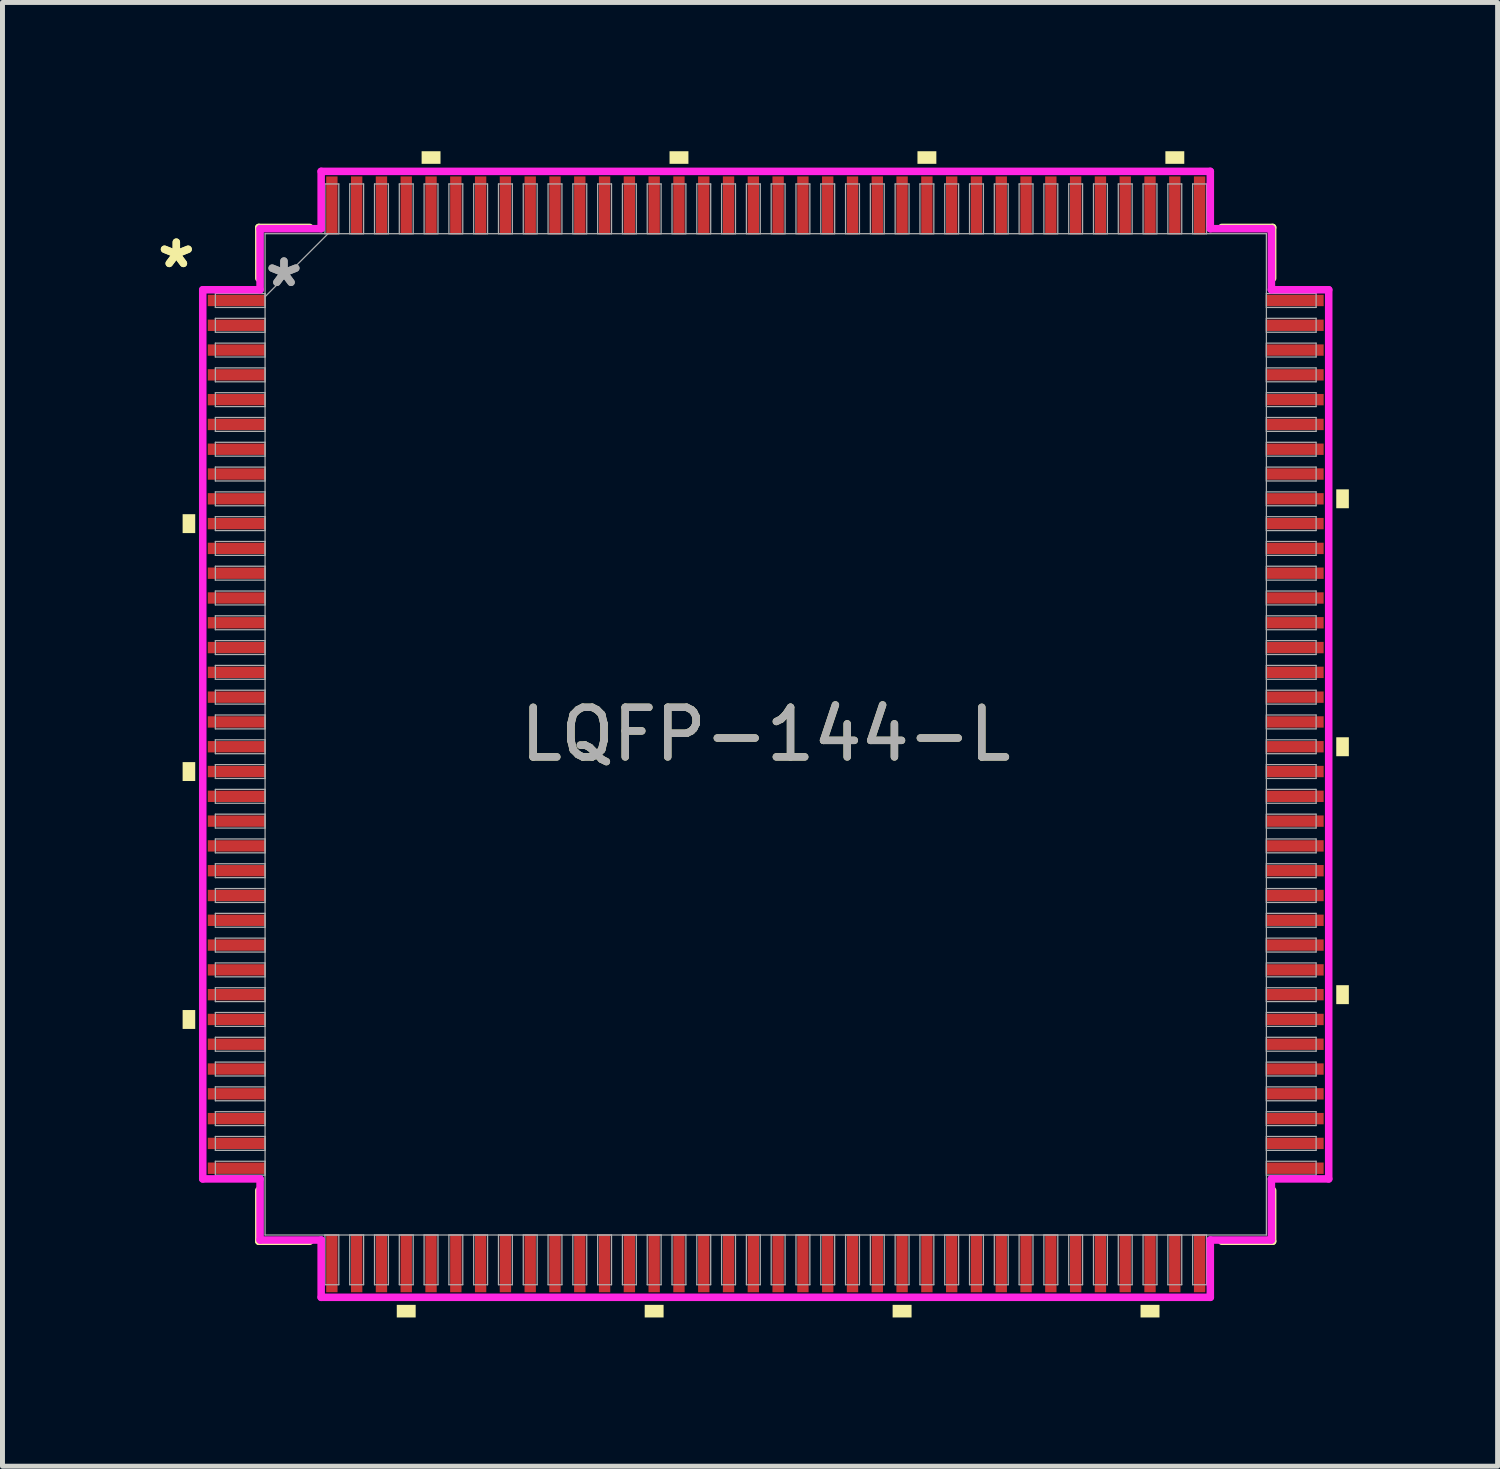
<source format=kicad_pcb>
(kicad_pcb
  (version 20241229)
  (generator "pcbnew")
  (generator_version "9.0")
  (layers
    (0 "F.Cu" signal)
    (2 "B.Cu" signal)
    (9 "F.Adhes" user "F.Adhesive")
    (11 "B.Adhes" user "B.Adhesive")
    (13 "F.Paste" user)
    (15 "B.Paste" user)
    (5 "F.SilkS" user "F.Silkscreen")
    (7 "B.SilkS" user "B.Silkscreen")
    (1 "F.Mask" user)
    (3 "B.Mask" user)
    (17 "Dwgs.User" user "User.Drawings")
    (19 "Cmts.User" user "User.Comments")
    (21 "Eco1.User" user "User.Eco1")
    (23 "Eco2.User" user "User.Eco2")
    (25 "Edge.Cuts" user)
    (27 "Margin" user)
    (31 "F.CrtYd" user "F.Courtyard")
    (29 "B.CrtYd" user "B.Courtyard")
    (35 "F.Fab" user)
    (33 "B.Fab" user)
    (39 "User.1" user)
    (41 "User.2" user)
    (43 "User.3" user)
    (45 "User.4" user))
  (footprint "LQFP-144-L"
    (layer "F.Cu")
    (at 12.393 11.76)
    (property "Reference" "LQFP-144-L" (at 0 0 0) (unlocked yes) (layer "F.SilkS") (effects (font (size 1 1) (thickness 0.15))))
    (attr smd)
    (fp_line (start -10.223 -10.223) (end -10.223 -9.197) (stroke (width 0.152) (type solid)) (layer "F.SilkS"))
    (fp_line (start -10.223 9.197) (end -10.223 10.223) (stroke (width 0.152) (type solid)) (layer "F.SilkS"))
    (fp_line (start -10.223 10.223) (end -9.197 10.223) (stroke (width 0.152) (type solid)) (layer "F.SilkS"))
    (fp_line (start -9.197 -10.223) (end -10.223 -10.223) (stroke (width 0.152) (type solid)) (layer "F.SilkS"))
    (fp_line (start 9.197 10.223) (end 10.223 10.223) (stroke (width 0.152) (type solid)) (layer "F.SilkS"))
    (fp_line (start 10.223 -10.223) (end 9.197 -10.223) (stroke (width 0.152) (type solid)) (layer "F.SilkS"))
    (fp_line (start 10.223 -9.197) (end 10.223 -10.223) (stroke (width 0.152) (type solid)) (layer "F.SilkS"))
    (fp_line (start 10.223 10.223) (end 10.223 9.197) (stroke (width 0.152) (type solid)) (layer "F.SilkS"))
    (fp_poly (pts (xy -11.76 -4.44) (xy -11.76 -4.059) (xy -11.506 -4.059) (xy -11.506 -4.44)) (stroke (width 0) (type solid)) (fill yes) (layer "F.SilkS"))
    (fp_poly (pts (xy -11.76 0.56) (xy -11.76 0.941) (xy -11.506 0.941) (xy -11.506 0.56)) (stroke (width 0) (type solid)) (fill yes) (layer "F.SilkS"))
    (fp_poly (pts (xy -11.76 5.56) (xy -11.76 5.941) (xy -11.506 5.941) (xy -11.506 5.56)) (stroke (width 0) (type solid)) (fill yes) (layer "F.SilkS"))
    (fp_poly (pts (xy -7.441 11.506) (xy -7.441 11.76) (xy -7.06 11.76) (xy -7.06 11.506)) (stroke (width 0) (type solid)) (fill yes) (layer "F.SilkS"))
    (fp_poly (pts (xy -6.94 -11.506) (xy -6.94 -11.76) (xy -6.559 -11.76) (xy -6.559 -11.506)) (stroke (width 0) (type solid)) (fill yes) (layer "F.SilkS"))
    (fp_poly (pts (xy -2.441 11.506) (xy -2.441 11.76) (xy -2.06 11.76) (xy -2.06 11.506)) (stroke (width 0) (type solid)) (fill yes) (layer "F.SilkS"))
    (fp_poly (pts (xy -1.94 -11.506) (xy -1.94 -11.76) (xy -1.559 -11.76) (xy -1.559 -11.506)) (stroke (width 0) (type solid)) (fill yes) (layer "F.SilkS"))
    (fp_poly (pts (xy 2.559 11.506) (xy 2.559 11.76) (xy 2.941 11.76) (xy 2.941 11.506)) (stroke (width 0) (type solid)) (fill yes) (layer "F.SilkS"))
    (fp_poly (pts (xy 3.06 -11.506) (xy 3.06 -11.76) (xy 3.441 -11.76) (xy 3.441 -11.506)) (stroke (width 0) (type solid)) (fill yes) (layer "F.SilkS"))
    (fp_poly (pts (xy 7.559 11.506) (xy 7.559 11.76) (xy 7.941 11.76) (xy 7.941 11.506)) (stroke (width 0) (type solid)) (fill yes) (layer "F.SilkS"))
    (fp_poly (pts (xy 8.06 -11.506) (xy 8.06 -11.76) (xy 8.441 -11.76) (xy 8.441 -11.506)) (stroke (width 0) (type solid)) (fill yes) (layer "F.SilkS"))
    (fp_poly (pts (xy 11.76 -4.941) (xy 11.76 -4.56) (xy 11.506 -4.56) (xy 11.506 -4.941)) (stroke (width 0) (type solid)) (fill yes) (layer "F.SilkS"))
    (fp_poly (pts (xy 11.76 0.059) (xy 11.76 0.441) (xy 11.506 0.441) (xy 11.506 0.059)) (stroke (width 0) (type solid)) (fill yes) (layer "F.SilkS"))
    (fp_poly (pts (xy 11.76 5.059) (xy 11.76 5.441) (xy 11.506 5.441) (xy 11.506 5.059)) (stroke (width 0) (type solid)) (fill yes) (layer "F.SilkS"))
    (fp_line (start -11.354 -8.966) (end -10.198 -8.966) (stroke (width 0.152) (type solid)) (layer "F.CrtYd"))
    (fp_line (start -11.354 8.966) (end -11.354 -8.966) (stroke (width 0.152) (type solid)) (layer "F.CrtYd"))
    (fp_line (start -10.198 -10.198) (end -8.966 -10.198) (stroke (width 0.152) (type solid)) (layer "F.CrtYd"))
    (fp_line (start -10.198 -8.966) (end -10.198 -10.198) (stroke (width 0.152) (type solid)) (layer "F.CrtYd"))
    (fp_line (start -10.198 8.966) (end -11.354 8.966) (stroke (width 0.152) (type solid)) (layer "F.CrtYd"))
    (fp_line (start -10.198 10.198) (end -10.198 8.966) (stroke (width 0.152) (type solid)) (layer "F.CrtYd"))
    (fp_line (start -10.198 10.198) (end -8.966 10.198) (stroke (width 0.152) (type solid)) (layer "F.CrtYd"))
    (fp_line (start -8.966 -11.354) (end 8.966 -11.354) (stroke (width 0.152) (type solid)) (layer "F.CrtYd"))
    (fp_line (start -8.966 -10.198) (end -8.966 -11.354) (stroke (width 0.152) (type solid)) (layer "F.CrtYd"))
    (fp_line (start -8.966 10.198) (end -8.966 11.354) (stroke (width 0.152) (type solid)) (layer "F.CrtYd"))
    (fp_line (start -8.966 11.354) (end 8.966 11.354) (stroke (width 0.152) (type solid)) (layer "F.CrtYd"))
    (fp_line (start 8.966 -11.354) (end 8.966 -10.198) (stroke (width 0.152) (type solid)) (layer "F.CrtYd"))
    (fp_line (start 8.966 -10.198) (end 10.198 -10.198) (stroke (width 0.152) (type solid)) (layer "F.CrtYd"))
    (fp_line (start 8.966 10.198) (end 10.198 10.198) (stroke (width 0.152) (type solid)) (layer "F.CrtYd"))
    (fp_line (start 8.966 11.354) (end 8.966 10.198) (stroke (width 0.152) (type solid)) (layer "F.CrtYd"))
    (fp_line (start 10.198 -8.966) (end 10.198 -10.198) (stroke (width 0.152) (type solid)) (layer "F.CrtYd"))
    (fp_line (start 10.198 8.966) (end 11.354 8.966) (stroke (width 0.152) (type solid)) (layer "F.CrtYd"))
    (fp_line (start 10.198 10.198) (end 10.198 8.966) (stroke (width 0.152) (type solid)) (layer "F.CrtYd"))
    (fp_line (start 11.354 -8.966) (end 10.198 -8.966) (stroke (width 0.152) (type solid)) (layer "F.CrtYd"))
    (fp_line (start 11.354 8.966) (end 11.354 -8.966) (stroke (width 0.152) (type solid)) (layer "F.CrtYd"))
    (fp_line (start -11.1 -8.89) (end -11.1 -8.61) (stroke (width 0.025) (type solid)) (layer "F.Fab"))
    (fp_line (start -11.1 -8.61) (end -10.097 -8.61) (stroke (width 0.025) (type solid)) (layer "F.Fab"))
    (fp_line (start -11.1 -8.39) (end -11.1 -8.11) (stroke (width 0.025) (type solid)) (layer "F.Fab"))
    (fp_line (start -11.1 -8.11) (end -10.097 -8.11) (stroke (width 0.025) (type solid)) (layer "F.Fab"))
    (fp_line (start -11.1 -7.89) (end -11.1 -7.61) (stroke (width 0.025) (type solid)) (layer "F.Fab"))
    (fp_line (start -11.1 -7.61) (end -10.097 -7.61) (stroke (width 0.025) (type solid)) (layer "F.Fab"))
    (fp_line (start -11.1 -7.39) (end -11.1 -7.11) (stroke (width 0.025) (type solid)) (layer "F.Fab"))
    (fp_line (start -11.1 -7.11) (end -10.097 -7.11) (stroke (width 0.025) (type solid)) (layer "F.Fab"))
    (fp_line (start -11.1 -6.89) (end -11.1 -6.61) (stroke (width 0.025) (type solid)) (layer "F.Fab"))
    (fp_line (start -11.1 -6.61) (end -10.097 -6.61) (stroke (width 0.025) (type solid)) (layer "F.Fab"))
    (fp_line (start -11.1 -6.39) (end -11.1 -6.11) (stroke (width 0.025) (type solid)) (layer "F.Fab"))
    (fp_line (start -11.1 -6.11) (end -10.097 -6.11) (stroke (width 0.025) (type solid)) (layer "F.Fab"))
    (fp_line (start -11.1 -5.89) (end -11.1 -5.61) (stroke (width 0.025) (type solid)) (layer "F.Fab"))
    (fp_line (start -11.1 -5.61) (end -10.097 -5.61) (stroke (width 0.025) (type solid)) (layer "F.Fab"))
    (fp_line (start -11.1 -5.39) (end -11.1 -5.11) (stroke (width 0.025) (type solid)) (layer "F.Fab"))
    (fp_line (start -11.1 -5.11) (end -10.097 -5.11) (stroke (width 0.025) (type solid)) (layer "F.Fab"))
    (fp_line (start -11.1 -4.89) (end -11.1 -4.61) (stroke (width 0.025) (type solid)) (layer "F.Fab"))
    (fp_line (start -11.1 -4.61) (end -10.097 -4.61) (stroke (width 0.025) (type solid)) (layer "F.Fab"))
    (fp_line (start -11.1 -4.39) (end -11.1 -4.11) (stroke (width 0.025) (type solid)) (layer "F.Fab"))
    (fp_line (start -11.1 -4.11) (end -10.097 -4.11) (stroke (width 0.025) (type solid)) (layer "F.Fab"))
    (fp_line (start -11.1 -3.89) (end -11.1 -3.61) (stroke (width 0.025) (type solid)) (layer "F.Fab"))
    (fp_line (start -11.1 -3.61) (end -10.097 -3.61) (stroke (width 0.025) (type solid)) (layer "F.Fab"))
    (fp_line (start -11.1 -3.39) (end -11.1 -3.11) (stroke (width 0.025) (type solid)) (layer "F.Fab"))
    (fp_line (start -11.1 -3.11) (end -10.097 -3.11) (stroke (width 0.025) (type solid)) (layer "F.Fab"))
    (fp_line (start -11.1 -2.89) (end -11.1 -2.61) (stroke (width 0.025) (type solid)) (layer "F.Fab"))
    (fp_line (start -11.1 -2.61) (end -10.097 -2.61) (stroke (width 0.025) (type solid)) (layer "F.Fab"))
    (fp_line (start -11.1 -2.39) (end -11.1 -2.11) (stroke (width 0.025) (type solid)) (layer "F.Fab"))
    (fp_line (start -11.1 -2.11) (end -10.097 -2.11) (stroke (width 0.025) (type solid)) (layer "F.Fab"))
    (fp_line (start -11.1 -1.89) (end -11.1 -1.61) (stroke (width 0.025) (type solid)) (layer "F.Fab"))
    (fp_line (start -11.1 -1.61) (end -10.097 -1.61) (stroke (width 0.025) (type solid)) (layer "F.Fab"))
    (fp_line (start -11.1 -1.39) (end -11.1 -1.11) (stroke (width 0.025) (type solid)) (layer "F.Fab"))
    (fp_line (start -11.1 -1.11) (end -10.097 -1.11) (stroke (width 0.025) (type solid)) (layer "F.Fab"))
    (fp_line (start -11.1 -0.89) (end -11.1 -0.61) (stroke (width 0.025) (type solid)) (layer "F.Fab"))
    (fp_line (start -11.1 -0.61) (end -10.097 -0.61) (stroke (width 0.025) (type solid)) (layer "F.Fab"))
    (fp_line (start -11.1 -0.39) (end -11.1 -0.11) (stroke (width 0.025) (type solid)) (layer "F.Fab"))
    (fp_line (start -11.1 -0.11) (end -10.097 -0.11) (stroke (width 0.025) (type solid)) (layer "F.Fab"))
    (fp_line (start -11.1 0.11) (end -11.1 0.39) (stroke (width 0.025) (type solid)) (layer "F.Fab"))
    (fp_line (start -11.1 0.39) (end -10.097 0.39) (stroke (width 0.025) (type solid)) (layer "F.Fab"))
    (fp_line (start -11.1 0.61) (end -11.1 0.89) (stroke (width 0.025) (type solid)) (layer "F.Fab"))
    (fp_line (start -11.1 0.89) (end -10.097 0.89) (stroke (width 0.025) (type solid)) (layer "F.Fab"))
    (fp_line (start -11.1 1.11) (end -11.1 1.39) (stroke (width 0.025) (type solid)) (layer "F.Fab"))
    (fp_line (start -11.1 1.39) (end -10.097 1.39) (stroke (width 0.025) (type solid)) (layer "F.Fab"))
    (fp_line (start -11.1 1.61) (end -11.1 1.89) (stroke (width 0.025) (type solid)) (layer "F.Fab"))
    (fp_line (start -11.1 1.89) (end -10.097 1.89) (stroke (width 0.025) (type solid)) (layer "F.Fab"))
    (fp_line (start -11.1 2.11) (end -11.1 2.39) (stroke (width 0.025) (type solid)) (layer "F.Fab"))
    (fp_line (start -11.1 2.39) (end -10.097 2.39) (stroke (width 0.025) (type solid)) (layer "F.Fab"))
    (fp_line (start -11.1 2.61) (end -11.1 2.89) (stroke (width 0.025) (type solid)) (layer "F.Fab"))
    (fp_line (start -11.1 2.89) (end -10.097 2.89) (stroke (width 0.025) (type solid)) (layer "F.Fab"))
    (fp_line (start -11.1 3.11) (end -11.1 3.39) (stroke (width 0.025) (type solid)) (layer "F.Fab"))
    (fp_line (start -11.1 3.39) (end -10.097 3.39) (stroke (width 0.025) (type solid)) (layer "F.Fab"))
    (fp_line (start -11.1 3.61) (end -11.1 3.89) (stroke (width 0.025) (type solid)) (layer "F.Fab"))
    (fp_line (start -11.1 3.89) (end -10.097 3.89) (stroke (width 0.025) (type solid)) (layer "F.Fab"))
    (fp_line (start -11.1 4.11) (end -11.1 4.39) (stroke (width 0.025) (type solid)) (layer "F.Fab"))
    (fp_line (start -11.1 4.39) (end -10.097 4.39) (stroke (width 0.025) (type solid)) (layer "F.Fab"))
    (fp_line (start -11.1 4.61) (end -11.1 4.89) (stroke (width 0.025) (type solid)) (layer "F.Fab"))
    (fp_line (start -11.1 4.89) (end -10.097 4.89) (stroke (width 0.025) (type solid)) (layer "F.Fab"))
    (fp_line (start -11.1 5.11) (end -11.1 5.39) (stroke (width 0.025) (type solid)) (layer "F.Fab"))
    (fp_line (start -11.1 5.39) (end -10.097 5.39) (stroke (width 0.025) (type solid)) (layer "F.Fab"))
    (fp_line (start -11.1 5.61) (end -11.1 5.89) (stroke (width 0.025) (type solid)) (layer "F.Fab"))
    (fp_line (start -11.1 5.89) (end -10.097 5.89) (stroke (width 0.025) (type solid)) (layer "F.Fab"))
    (fp_line (start -11.1 6.11) (end -11.1 6.39) (stroke (width 0.025) (type solid)) (layer "F.Fab"))
    (fp_line (start -11.1 6.39) (end -10.097 6.39) (stroke (width 0.025) (type solid)) (layer "F.Fab"))
    (fp_line (start -11.1 6.61) (end -11.1 6.89) (stroke (width 0.025) (type solid)) (layer "F.Fab"))
    (fp_line (start -11.1 6.89) (end -10.097 6.89) (stroke (width 0.025) (type solid)) (layer "F.Fab"))
    (fp_line (start -11.1 7.11) (end -11.1 7.39) (stroke (width 0.025) (type solid)) (layer "F.Fab"))
    (fp_line (start -11.1 7.39) (end -10.097 7.39) (stroke (width 0.025) (type solid)) (layer "F.Fab"))
    (fp_line (start -11.1 7.61) (end -11.1 7.89) (stroke (width 0.025) (type solid)) (layer "F.Fab"))
    (fp_line (start -11.1 7.89) (end -10.097 7.89) (stroke (width 0.025) (type solid)) (layer "F.Fab"))
    (fp_line (start -11.1 8.11) (end -11.1 8.39) (stroke (width 0.025) (type solid)) (layer "F.Fab"))
    (fp_line (start -11.1 8.39) (end -10.097 8.39) (stroke (width 0.025) (type solid)) (layer "F.Fab"))
    (fp_line (start -11.1 8.61) (end -11.1 8.89) (stroke (width 0.025) (type solid)) (layer "F.Fab"))
    (fp_line (start -11.1 8.89) (end -10.097 8.89) (stroke (width 0.025) (type solid)) (layer "F.Fab"))
    (fp_line (start -10.097 -10.097) (end -10.097 10.097) (stroke (width 0.025) (type solid)) (layer "F.Fab"))
    (fp_line (start -10.097 -8.89) (end -11.1 -8.89) (stroke (width 0.025) (type solid)) (layer "F.Fab"))
    (fp_line (start -10.097 -8.826) (end -8.826 -10.097) (stroke (width 0.025) (type solid)) (layer "F.Fab"))
    (fp_line (start -10.097 -8.61) (end -10.097 -8.89) (stroke (width 0.025) (type solid)) (layer "F.Fab"))
    (fp_line (start -10.097 -8.39) (end -11.1 -8.39) (stroke (width 0.025) (type solid)) (layer "F.Fab"))
    (fp_line (start -10.097 -8.11) (end -10.097 -8.39) (stroke (width 0.025) (type solid)) (layer "F.Fab"))
    (fp_line (start -10.097 -7.89) (end -11.1 -7.89) (stroke (width 0.025) (type solid)) (layer "F.Fab"))
    (fp_line (start -10.097 -7.61) (end -10.097 -7.89) (stroke (width 0.025) (type solid)) (layer "F.Fab"))
    (fp_line (start -10.097 -7.39) (end -11.1 -7.39) (stroke (width 0.025) (type solid)) (layer "F.Fab"))
    (fp_line (start -10.097 -7.11) (end -10.097 -7.39) (stroke (width 0.025) (type solid)) (layer "F.Fab"))
    (fp_line (start -10.097 -6.89) (end -11.1 -6.89) (stroke (width 0.025) (type solid)) (layer "F.Fab"))
    (fp_line (start -10.097 -6.61) (end -10.097 -6.89) (stroke (width 0.025) (type solid)) (layer "F.Fab"))
    (fp_line (start -10.097 -6.39) (end -11.1 -6.39) (stroke (width 0.025) (type solid)) (layer "F.Fab"))
    (fp_line (start -10.097 -6.11) (end -10.097 -6.39) (stroke (width 0.025) (type solid)) (layer "F.Fab"))
    (fp_line (start -10.097 -5.89) (end -11.1 -5.89) (stroke (width 0.025) (type solid)) (layer "F.Fab"))
    (fp_line (start -10.097 -5.61) (end -10.097 -5.89) (stroke (width 0.025) (type solid)) (layer "F.Fab"))
    (fp_line (start -10.097 -5.39) (end -11.1 -5.39) (stroke (width 0.025) (type solid)) (layer "F.Fab"))
    (fp_line (start -10.097 -5.11) (end -10.097 -5.39) (stroke (width 0.025) (type solid)) (layer "F.Fab"))
    (fp_line (start -10.097 -4.89) (end -11.1 -4.89) (stroke (width 0.025) (type solid)) (layer "F.Fab"))
    (fp_line (start -10.097 -4.61) (end -10.097 -4.89) (stroke (width 0.025) (type solid)) (layer "F.Fab"))
    (fp_line (start -10.097 -4.39) (end -11.1 -4.39) (stroke (width 0.025) (type solid)) (layer "F.Fab"))
    (fp_line (start -10.097 -4.11) (end -10.097 -4.39) (stroke (width 0.025) (type solid)) (layer "F.Fab"))
    (fp_line (start -10.097 -3.89) (end -11.1 -3.89) (stroke (width 0.025) (type solid)) (layer "F.Fab"))
    (fp_line (start -10.097 -3.61) (end -10.097 -3.89) (stroke (width 0.025) (type solid)) (layer "F.Fab"))
    (fp_line (start -10.097 -3.39) (end -11.1 -3.39) (stroke (width 0.025) (type solid)) (layer "F.Fab"))
    (fp_line (start -10.097 -3.11) (end -10.097 -3.39) (stroke (width 0.025) (type solid)) (layer "F.Fab"))
    (fp_line (start -10.097 -2.89) (end -11.1 -2.89) (stroke (width 0.025) (type solid)) (layer "F.Fab"))
    (fp_line (start -10.097 -2.61) (end -10.097 -2.89) (stroke (width 0.025) (type solid)) (layer "F.Fab"))
    (fp_line (start -10.097 -2.39) (end -11.1 -2.39) (stroke (width 0.025) (type solid)) (layer "F.Fab"))
    (fp_line (start -10.097 -2.11) (end -10.097 -2.39) (stroke (width 0.025) (type solid)) (layer "F.Fab"))
    (fp_line (start -10.097 -1.89) (end -11.1 -1.89) (stroke (width 0.025) (type solid)) (layer "F.Fab"))
    (fp_line (start -10.097 -1.61) (end -10.097 -1.89) (stroke (width 0.025) (type solid)) (layer "F.Fab"))
    (fp_line (start -10.097 -1.39) (end -11.1 -1.39) (stroke (width 0.025) (type solid)) (layer "F.Fab"))
    (fp_line (start -10.097 -1.11) (end -10.097 -1.39) (stroke (width 0.025) (type solid)) (layer "F.Fab"))
    (fp_line (start -10.097 -0.89) (end -11.1 -0.89) (stroke (width 0.025) (type solid)) (layer "F.Fab"))
    (fp_line (start -10.097 -0.61) (end -10.097 -0.89) (stroke (width 0.025) (type solid)) (layer "F.Fab"))
    (fp_line (start -10.097 -0.39) (end -11.1 -0.39) (stroke (width 0.025) (type solid)) (layer "F.Fab"))
    (fp_line (start -10.097 -0.11) (end -10.097 -0.39) (stroke (width 0.025) (type solid)) (layer "F.Fab"))
    (fp_line (start -10.097 0.11) (end -11.1 0.11) (stroke (width 0.025) (type solid)) (layer "F.Fab"))
    (fp_line (start -10.097 0.39) (end -10.097 0.11) (stroke (width 0.025) (type solid)) (layer "F.Fab"))
    (fp_line (start -10.097 0.61) (end -11.1 0.61) (stroke (width 0.025) (type solid)) (layer "F.Fab"))
    (fp_line (start -10.097 0.89) (end -10.097 0.61) (stroke (width 0.025) (type solid)) (layer "F.Fab"))
    (fp_line (start -10.097 1.11) (end -11.1 1.11) (stroke (width 0.025) (type solid)) (layer "F.Fab"))
    (fp_line (start -10.097 1.39) (end -10.097 1.11) (stroke (width 0.025) (type solid)) (layer "F.Fab"))
    (fp_line (start -10.097 1.61) (end -11.1 1.61) (stroke (width 0.025) (type solid)) (layer "F.Fab"))
    (fp_line (start -10.097 1.89) (end -10.097 1.61) (stroke (width 0.025) (type solid)) (layer "F.Fab"))
    (fp_line (start -10.097 2.11) (end -11.1 2.11) (stroke (width 0.025) (type solid)) (layer "F.Fab"))
    (fp_line (start -10.097 2.39) (end -10.097 2.11) (stroke (width 0.025) (type solid)) (layer "F.Fab"))
    (fp_line (start -10.097 2.61) (end -11.1 2.61) (stroke (width 0.025) (type solid)) (layer "F.Fab"))
    (fp_line (start -10.097 2.89) (end -10.097 2.61) (stroke (width 0.025) (type solid)) (layer "F.Fab"))
    (fp_line (start -10.097 3.11) (end -11.1 3.11) (stroke (width 0.025) (type solid)) (layer "F.Fab"))
    (fp_line (start -10.097 3.39) (end -10.097 3.11) (stroke (width 0.025) (type solid)) (layer "F.Fab"))
    (fp_line (start -10.097 3.61) (end -11.1 3.61) (stroke (width 0.025) (type solid)) (layer "F.Fab"))
    (fp_line (start -10.097 3.89) (end -10.097 3.61) (stroke (width 0.025) (type solid)) (layer "F.Fab"))
    (fp_line (start -10.097 4.11) (end -11.1 4.11) (stroke (width 0.025) (type solid)) (layer "F.Fab"))
    (fp_line (start -10.097 4.39) (end -10.097 4.11) (stroke (width 0.025) (type solid)) (layer "F.Fab"))
    (fp_line (start -10.097 4.61) (end -11.1 4.61) (stroke (width 0.025) (type solid)) (layer "F.Fab"))
    (fp_line (start -10.097 4.89) (end -10.097 4.61) (stroke (width 0.025) (type solid)) (layer "F.Fab"))
    (fp_line (start -10.097 5.11) (end -11.1 5.11) (stroke (width 0.025) (type solid)) (layer "F.Fab"))
    (fp_line (start -10.097 5.39) (end -10.097 5.11) (stroke (width 0.025) (type solid)) (layer "F.Fab"))
    (fp_line (start -10.097 5.61) (end -11.1 5.61) (stroke (width 0.025) (type solid)) (layer "F.Fab"))
    (fp_line (start -10.097 5.89) (end -10.097 5.61) (stroke (width 0.025) (type solid)) (layer "F.Fab"))
    (fp_line (start -10.097 6.11) (end -11.1 6.11) (stroke (width 0.025) (type solid)) (layer "F.Fab"))
    (fp_line (start -10.097 6.39) (end -10.097 6.11) (stroke (width 0.025) (type solid)) (layer "F.Fab"))
    (fp_line (start -10.097 6.61) (end -11.1 6.61) (stroke (width 0.025) (type solid)) (layer "F.Fab"))
    (fp_line (start -10.097 6.89) (end -10.097 6.61) (stroke (width 0.025) (type solid)) (layer "F.Fab"))
    (fp_line (start -10.097 7.11) (end -11.1 7.11) (stroke (width 0.025) (type solid)) (layer "F.Fab"))
    (fp_line (start -10.097 7.39) (end -10.097 7.11) (stroke (width 0.025) (type solid)) (layer "F.Fab"))
    (fp_line (start -10.097 7.61) (end -11.1 7.61) (stroke (width 0.025) (type solid)) (layer "F.Fab"))
    (fp_line (start -10.097 7.89) (end -10.097 7.61) (stroke (width 0.025) (type solid)) (layer "F.Fab"))
    (fp_line (start -10.097 8.11) (end -11.1 8.11) (stroke (width 0.025) (type solid)) (layer "F.Fab"))
    (fp_line (start -10.097 8.39) (end -10.097 8.11) (stroke (width 0.025) (type solid)) (layer "F.Fab"))
    (fp_line (start -10.097 8.61) (end -11.1 8.61) (stroke (width 0.025) (type solid)) (layer "F.Fab"))
    (fp_line (start -10.097 8.89) (end -10.097 8.61) (stroke (width 0.025) (type solid)) (layer "F.Fab"))
    (fp_line (start -10.097 10.097) (end 10.097 10.097) (stroke (width 0.025) (type solid)) (layer "F.Fab"))
    (fp_line (start -8.89 -11.1) (end -8.89 -10.097) (stroke (width 0.025) (type solid)) (layer "F.Fab"))
    (fp_line (start -8.89 -10.097) (end -8.61 -10.097) (stroke (width 0.025) (type solid)) (layer "F.Fab"))
    (fp_line (start -8.89 10.097) (end -8.89 11.1) (stroke (width 0.025) (type solid)) (layer "F.Fab"))
    (fp_line (start -8.89 11.1) (end -8.61 11.1) (stroke (width 0.025) (type solid)) (layer "F.Fab"))
    (fp_line (start -8.61 -11.1) (end -8.89 -11.1) (stroke (width 0.025) (type solid)) (layer "F.Fab"))
    (fp_line (start -8.61 -10.097) (end -8.61 -11.1) (stroke (width 0.025) (type solid)) (layer "F.Fab"))
    (fp_line (start -8.61 10.097) (end -8.89 10.097) (stroke (width 0.025) (type solid)) (layer "F.Fab"))
    (fp_line (start -8.61 11.1) (end -8.61 10.097) (stroke (width 0.025) (type solid)) (layer "F.Fab"))
    (fp_line (start -8.39 -11.1) (end -8.39 -10.097) (stroke (width 0.025) (type solid)) (layer "F.Fab"))
    (fp_line (start -8.39 -10.097) (end -8.11 -10.097) (stroke (width 0.025) (type solid)) (layer "F.Fab"))
    (fp_line (start -8.39 10.097) (end -8.39 11.1) (stroke (width 0.025) (type solid)) (layer "F.Fab"))
    (fp_line (start -8.39 11.1) (end -8.11 11.1) (stroke (width 0.025) (type solid)) (layer "F.Fab"))
    (fp_line (start -8.11 -11.1) (end -8.39 -11.1) (stroke (width 0.025) (type solid)) (layer "F.Fab"))
    (fp_line (start -8.11 -10.097) (end -8.11 -11.1) (stroke (width 0.025) (type solid)) (layer "F.Fab"))
    (fp_line (start -8.11 10.097) (end -8.39 10.097) (stroke (width 0.025) (type solid)) (layer "F.Fab"))
    (fp_line (start -8.11 11.1) (end -8.11 10.097) (stroke (width 0.025) (type solid)) (layer "F.Fab"))
    (fp_line (start -7.89 -11.1) (end -7.89 -10.097) (stroke (width 0.025) (type solid)) (layer "F.Fab"))
    (fp_line (start -7.89 -10.097) (end -7.61 -10.097) (stroke (width 0.025) (type solid)) (layer "F.Fab"))
    (fp_line (start -7.89 10.097) (end -7.89 11.1) (stroke (width 0.025) (type solid)) (layer "F.Fab"))
    (fp_line (start -7.89 11.1) (end -7.61 11.1) (stroke (width 0.025) (type solid)) (layer "F.Fab"))
    (fp_line (start -7.61 -11.1) (end -7.89 -11.1) (stroke (width 0.025) (type solid)) (layer "F.Fab"))
    (fp_line (start -7.61 -10.097) (end -7.61 -11.1) (stroke (width 0.025) (type solid)) (layer "F.Fab"))
    (fp_line (start -7.61 10.097) (end -7.89 10.097) (stroke (width 0.025) (type solid)) (layer "F.Fab"))
    (fp_line (start -7.61 11.1) (end -7.61 10.097) (stroke (width 0.025) (type solid)) (layer "F.Fab"))
    (fp_line (start -7.39 -11.1) (end -7.39 -10.097) (stroke (width 0.025) (type solid)) (layer "F.Fab"))
    (fp_line (start -7.39 -10.097) (end -7.11 -10.097) (stroke (width 0.025) (type solid)) (layer "F.Fab"))
    (fp_line (start -7.39 10.097) (end -7.39 11.1) (stroke (width 0.025) (type solid)) (layer "F.Fab"))
    (fp_line (start -7.39 11.1) (end -7.11 11.1) (stroke (width 0.025) (type solid)) (layer "F.Fab"))
    (fp_line (start -7.11 -11.1) (end -7.39 -11.1) (stroke (width 0.025) (type solid)) (layer "F.Fab"))
    (fp_line (start -7.11 -10.097) (end -7.11 -11.1) (stroke (width 0.025) (type solid)) (layer "F.Fab"))
    (fp_line (start -7.11 10.097) (end -7.39 10.097) (stroke (width 0.025) (type solid)) (layer "F.Fab"))
    (fp_line (start -7.11 11.1) (end -7.11 10.097) (stroke (width 0.025) (type solid)) (layer "F.Fab"))
    (fp_line (start -6.89 -11.1) (end -6.89 -10.097) (stroke (width 0.025) (type solid)) (layer "F.Fab"))
    (fp_line (start -6.89 -10.097) (end -6.61 -10.097) (stroke (width 0.025) (type solid)) (layer "F.Fab"))
    (fp_line (start -6.89 10.097) (end -6.89 11.1) (stroke (width 0.025) (type solid)) (layer "F.Fab"))
    (fp_line (start -6.89 11.1) (end -6.61 11.1) (stroke (width 0.025) (type solid)) (layer "F.Fab"))
    (fp_line (start -6.61 -11.1) (end -6.89 -11.1) (stroke (width 0.025) (type solid)) (layer "F.Fab"))
    (fp_line (start -6.61 -10.097) (end -6.61 -11.1) (stroke (width 0.025) (type solid)) (layer "F.Fab"))
    (fp_line (start -6.61 10.097) (end -6.89 10.097) (stroke (width 0.025) (type solid)) (layer "F.Fab"))
    (fp_line (start -6.61 11.1) (end -6.61 10.097) (stroke (width 0.025) (type solid)) (layer "F.Fab"))
    (fp_line (start -6.39 -11.1) (end -6.39 -10.097) (stroke (width 0.025) (type solid)) (layer "F.Fab"))
    (fp_line (start -6.39 -10.097) (end -6.11 -10.097) (stroke (width 0.025) (type solid)) (layer "F.Fab"))
    (fp_line (start -6.39 10.097) (end -6.39 11.1) (stroke (width 0.025) (type solid)) (layer "F.Fab"))
    (fp_line (start -6.39 11.1) (end -6.11 11.1) (stroke (width 0.025) (type solid)) (layer "F.Fab"))
    (fp_line (start -6.11 -11.1) (end -6.39 -11.1) (stroke (width 0.025) (type solid)) (layer "F.Fab"))
    (fp_line (start -6.11 -10.097) (end -6.11 -11.1) (stroke (width 0.025) (type solid)) (layer "F.Fab"))
    (fp_line (start -6.11 10.097) (end -6.39 10.097) (stroke (width 0.025) (type solid)) (layer "F.Fab"))
    (fp_line (start -6.11 11.1) (end -6.11 10.097) (stroke (width 0.025) (type solid)) (layer "F.Fab"))
    (fp_line (start -5.89 -11.1) (end -5.89 -10.097) (stroke (width 0.025) (type solid)) (layer "F.Fab"))
    (fp_line (start -5.89 -10.097) (end -5.61 -10.097) (stroke (width 0.025) (type solid)) (layer "F.Fab"))
    (fp_line (start -5.89 10.097) (end -5.89 11.1) (stroke (width 0.025) (type solid)) (layer "F.Fab"))
    (fp_line (start -5.89 11.1) (end -5.61 11.1) (stroke (width 0.025) (type solid)) (layer "F.Fab"))
    (fp_line (start -5.61 -11.1) (end -5.89 -11.1) (stroke (width 0.025) (type solid)) (layer "F.Fab"))
    (fp_line (start -5.61 -10.097) (end -5.61 -11.1) (stroke (width 0.025) (type solid)) (layer "F.Fab"))
    (fp_line (start -5.61 10.097) (end -5.89 10.097) (stroke (width 0.025) (type solid)) (layer "F.Fab"))
    (fp_line (start -5.61 11.1) (end -5.61 10.097) (stroke (width 0.025) (type solid)) (layer "F.Fab"))
    (fp_line (start -5.39 -11.1) (end -5.39 -10.097) (stroke (width 0.025) (type solid)) (layer "F.Fab"))
    (fp_line (start -5.39 -10.097) (end -5.11 -10.097) (stroke (width 0.025) (type solid)) (layer "F.Fab"))
    (fp_line (start -5.39 10.097) (end -5.39 11.1) (stroke (width 0.025) (type solid)) (layer "F.Fab"))
    (fp_line (start -5.39 11.1) (end -5.11 11.1) (stroke (width 0.025) (type solid)) (layer "F.Fab"))
    (fp_line (start -5.11 -11.1) (end -5.39 -11.1) (stroke (width 0.025) (type solid)) (layer "F.Fab"))
    (fp_line (start -5.11 -10.097) (end -5.11 -11.1) (stroke (width 0.025) (type solid)) (layer "F.Fab"))
    (fp_line (start -5.11 10.097) (end -5.39 10.097) (stroke (width 0.025) (type solid)) (layer "F.Fab"))
    (fp_line (start -5.11 11.1) (end -5.11 10.097) (stroke (width 0.025) (type solid)) (layer "F.Fab"))
    (fp_line (start -4.89 -11.1) (end -4.89 -10.097) (stroke (width 0.025) (type solid)) (layer "F.Fab"))
    (fp_line (start -4.89 -10.097) (end -4.61 -10.097) (stroke (width 0.025) (type solid)) (layer "F.Fab"))
    (fp_line (start -4.89 10.097) (end -4.89 11.1) (stroke (width 0.025) (type solid)) (layer "F.Fab"))
    (fp_line (start -4.89 11.1) (end -4.61 11.1) (stroke (width 0.025) (type solid)) (layer "F.Fab"))
    (fp_line (start -4.61 -11.1) (end -4.89 -11.1) (stroke (width 0.025) (type solid)) (layer "F.Fab"))
    (fp_line (start -4.61 -10.097) (end -4.61 -11.1) (stroke (width 0.025) (type solid)) (layer "F.Fab"))
    (fp_line (start -4.61 10.097) (end -4.89 10.097) (stroke (width 0.025) (type solid)) (layer "F.Fab"))
    (fp_line (start -4.61 11.1) (end -4.61 10.097) (stroke (width 0.025) (type solid)) (layer "F.Fab"))
    (fp_line (start -4.39 -11.1) (end -4.39 -10.097) (stroke (width 0.025) (type solid)) (layer "F.Fab"))
    (fp_line (start -4.39 -10.097) (end -4.11 -10.097) (stroke (width 0.025) (type solid)) (layer "F.Fab"))
    (fp_line (start -4.39 10.097) (end -4.39 11.1) (stroke (width 0.025) (type solid)) (layer "F.Fab"))
    (fp_line (start -4.39 11.1) (end -4.11 11.1) (stroke (width 0.025) (type solid)) (layer "F.Fab"))
    (fp_line (start -4.11 -11.1) (end -4.39 -11.1) (stroke (width 0.025) (type solid)) (layer "F.Fab"))
    (fp_line (start -4.11 -10.097) (end -4.11 -11.1) (stroke (width 0.025) (type solid)) (layer "F.Fab"))
    (fp_line (start -4.11 10.097) (end -4.39 10.097) (stroke (width 0.025) (type solid)) (layer "F.Fab"))
    (fp_line (start -4.11 11.1) (end -4.11 10.097) (stroke (width 0.025) (type solid)) (layer "F.Fab"))
    (fp_line (start -3.89 -11.1) (end -3.89 -10.097) (stroke (width 0.025) (type solid)) (layer "F.Fab"))
    (fp_line (start -3.89 -10.097) (end -3.61 -10.097) (stroke (width 0.025) (type solid)) (layer "F.Fab"))
    (fp_line (start -3.89 10.097) (end -3.89 11.1) (stroke (width 0.025) (type solid)) (layer "F.Fab"))
    (fp_line (start -3.89 11.1) (end -3.61 11.1) (stroke (width 0.025) (type solid)) (layer "F.Fab"))
    (fp_line (start -3.61 -11.1) (end -3.89 -11.1) (stroke (width 0.025) (type solid)) (layer "F.Fab"))
    (fp_line (start -3.61 -10.097) (end -3.61 -11.1) (stroke (width 0.025) (type solid)) (layer "F.Fab"))
    (fp_line (start -3.61 10.097) (end -3.89 10.097) (stroke (width 0.025) (type solid)) (layer "F.Fab"))
    (fp_line (start -3.61 11.1) (end -3.61 10.097) (stroke (width 0.025) (type solid)) (layer "F.Fab"))
    (fp_line (start -3.39 -11.1) (end -3.39 -10.097) (stroke (width 0.025) (type solid)) (layer "F.Fab"))
    (fp_line (start -3.39 -10.097) (end -3.11 -10.097) (stroke (width 0.025) (type solid)) (layer "F.Fab"))
    (fp_line (start -3.39 10.097) (end -3.39 11.1) (stroke (width 0.025) (type solid)) (layer "F.Fab"))
    (fp_line (start -3.39 11.1) (end -3.11 11.1) (stroke (width 0.025) (type solid)) (layer "F.Fab"))
    (fp_line (start -3.11 -11.1) (end -3.39 -11.1) (stroke (width 0.025) (type solid)) (layer "F.Fab"))
    (fp_line (start -3.11 -10.097) (end -3.11 -11.1) (stroke (width 0.025) (type solid)) (layer "F.Fab"))
    (fp_line (start -3.11 10.097) (end -3.39 10.097) (stroke (width 0.025) (type solid)) (layer "F.Fab"))
    (fp_line (start -3.11 11.1) (end -3.11 10.097) (stroke (width 0.025) (type solid)) (layer "F.Fab"))
    (fp_line (start -2.89 -11.1) (end -2.89 -10.097) (stroke (width 0.025) (type solid)) (layer "F.Fab"))
    (fp_line (start -2.89 -10.097) (end -2.61 -10.097) (stroke (width 0.025) (type solid)) (layer "F.Fab"))
    (fp_line (start -2.89 10.097) (end -2.89 11.1) (stroke (width 0.025) (type solid)) (layer "F.Fab"))
    (fp_line (start -2.89 11.1) (end -2.61 11.1) (stroke (width 0.025) (type solid)) (layer "F.Fab"))
    (fp_line (start -2.61 -11.1) (end -2.89 -11.1) (stroke (width 0.025) (type solid)) (layer "F.Fab"))
    (fp_line (start -2.61 -10.097) (end -2.61 -11.1) (stroke (width 0.025) (type solid)) (layer "F.Fab"))
    (fp_line (start -2.61 10.097) (end -2.89 10.097) (stroke (width 0.025) (type solid)) (layer "F.Fab"))
    (fp_line (start -2.61 11.1) (end -2.61 10.097) (stroke (width 0.025) (type solid)) (layer "F.Fab"))
    (fp_line (start -2.39 -11.1) (end -2.39 -10.097) (stroke (width 0.025) (type solid)) (layer "F.Fab"))
    (fp_line (start -2.39 -10.097) (end -2.11 -10.097) (stroke (width 0.025) (type solid)) (layer "F.Fab"))
    (fp_line (start -2.39 10.097) (end -2.39 11.1) (stroke (width 0.025) (type solid)) (layer "F.Fab"))
    (fp_line (start -2.39 11.1) (end -2.11 11.1) (stroke (width 0.025) (type solid)) (layer "F.Fab"))
    (fp_line (start -2.11 -11.1) (end -2.39 -11.1) (stroke (width 0.025) (type solid)) (layer "F.Fab"))
    (fp_line (start -2.11 -10.097) (end -2.11 -11.1) (stroke (width 0.025) (type solid)) (layer "F.Fab"))
    (fp_line (start -2.11 10.097) (end -2.39 10.097) (stroke (width 0.025) (type solid)) (layer "F.Fab"))
    (fp_line (start -2.11 11.1) (end -2.11 10.097) (stroke (width 0.025) (type solid)) (layer "F.Fab"))
    (fp_line (start -1.89 -11.1) (end -1.89 -10.097) (stroke (width 0.025) (type solid)) (layer "F.Fab"))
    (fp_line (start -1.89 -10.097) (end -1.61 -10.097) (stroke (width 0.025) (type solid)) (layer "F.Fab"))
    (fp_line (start -1.89 10.097) (end -1.89 11.1) (stroke (width 0.025) (type solid)) (layer "F.Fab"))
    (fp_line (start -1.89 11.1) (end -1.61 11.1) (stroke (width 0.025) (type solid)) (layer "F.Fab"))
    (fp_line (start -1.61 -11.1) (end -1.89 -11.1) (stroke (width 0.025) (type solid)) (layer "F.Fab"))
    (fp_line (start -1.61 -10.097) (end -1.61 -11.1) (stroke (width 0.025) (type solid)) (layer "F.Fab"))
    (fp_line (start -1.61 10.097) (end -1.89 10.097) (stroke (width 0.025) (type solid)) (layer "F.Fab"))
    (fp_line (start -1.61 11.1) (end -1.61 10.097) (stroke (width 0.025) (type solid)) (layer "F.Fab"))
    (fp_line (start -1.39 -11.1) (end -1.39 -10.097) (stroke (width 0.025) (type solid)) (layer "F.Fab"))
    (fp_line (start -1.39 -10.097) (end -1.11 -10.097) (stroke (width 0.025) (type solid)) (layer "F.Fab"))
    (fp_line (start -1.39 10.097) (end -1.39 11.1) (stroke (width 0.025) (type solid)) (layer "F.Fab"))
    (fp_line (start -1.39 11.1) (end -1.11 11.1) (stroke (width 0.025) (type solid)) (layer "F.Fab"))
    (fp_line (start -1.11 -11.1) (end -1.39 -11.1) (stroke (width 0.025) (type solid)) (layer "F.Fab"))
    (fp_line (start -1.11 -10.097) (end -1.11 -11.1) (stroke (width 0.025) (type solid)) (layer "F.Fab"))
    (fp_line (start -1.11 10.097) (end -1.39 10.097) (stroke (width 0.025) (type solid)) (layer "F.Fab"))
    (fp_line (start -1.11 11.1) (end -1.11 10.097) (stroke (width 0.025) (type solid)) (layer "F.Fab"))
    (fp_line (start -0.89 -11.1) (end -0.89 -10.097) (stroke (width 0.025) (type solid)) (layer "F.Fab"))
    (fp_line (start -0.89 -10.097) (end -0.61 -10.097) (stroke (width 0.025) (type solid)) (layer "F.Fab"))
    (fp_line (start -0.89 10.097) (end -0.89 11.1) (stroke (width 0.025) (type solid)) (layer "F.Fab"))
    (fp_line (start -0.89 11.1) (end -0.61 11.1) (stroke (width 0.025) (type solid)) (layer "F.Fab"))
    (fp_line (start -0.61 -11.1) (end -0.89 -11.1) (stroke (width 0.025) (type solid)) (layer "F.Fab"))
    (fp_line (start -0.61 -10.097) (end -0.61 -11.1) (stroke (width 0.025) (type solid)) (layer "F.Fab"))
    (fp_line (start -0.61 10.097) (end -0.89 10.097) (stroke (width 0.025) (type solid)) (layer "F.Fab"))
    (fp_line (start -0.61 11.1) (end -0.61 10.097) (stroke (width 0.025) (type solid)) (layer "F.Fab"))
    (fp_line (start -0.39 -11.1) (end -0.39 -10.097) (stroke (width 0.025) (type solid)) (layer "F.Fab"))
    (fp_line (start -0.39 -10.097) (end -0.11 -10.097) (stroke (width 0.025) (type solid)) (layer "F.Fab"))
    (fp_line (start -0.39 10.097) (end -0.39 11.1) (stroke (width 0.025) (type solid)) (layer "F.Fab"))
    (fp_line (start -0.39 11.1) (end -0.11 11.1) (stroke (width 0.025) (type solid)) (layer "F.Fab"))
    (fp_line (start -0.11 -11.1) (end -0.39 -11.1) (stroke (width 0.025) (type solid)) (layer "F.Fab"))
    (fp_line (start -0.11 -10.097) (end -0.11 -11.1) (stroke (width 0.025) (type solid)) (layer "F.Fab"))
    (fp_line (start -0.11 10.097) (end -0.39 10.097) (stroke (width 0.025) (type solid)) (layer "F.Fab"))
    (fp_line (start -0.11 11.1) (end -0.11 10.097) (stroke (width 0.025) (type solid)) (layer "F.Fab"))
    (fp_line (start 0.11 -11.1) (end 0.11 -10.097) (stroke (width 0.025) (type solid)) (layer "F.Fab"))
    (fp_line (start 0.11 -10.097) (end 0.39 -10.097) (stroke (width 0.025) (type solid)) (layer "F.Fab"))
    (fp_line (start 0.11 10.097) (end 0.11 11.1) (stroke (width 0.025) (type solid)) (layer "F.Fab"))
    (fp_line (start 0.11 11.1) (end 0.39 11.1) (stroke (width 0.025) (type solid)) (layer "F.Fab"))
    (fp_line (start 0.39 -11.1) (end 0.11 -11.1) (stroke (width 0.025) (type solid)) (layer "F.Fab"))
    (fp_line (start 0.39 -10.097) (end 0.39 -11.1) (stroke (width 0.025) (type solid)) (layer "F.Fab"))
    (fp_line (start 0.39 10.097) (end 0.11 10.097) (stroke (width 0.025) (type solid)) (layer "F.Fab"))
    (fp_line (start 0.39 11.1) (end 0.39 10.097) (stroke (width 0.025) (type solid)) (layer "F.Fab"))
    (fp_line (start 0.61 -11.1) (end 0.61 -10.097) (stroke (width 0.025) (type solid)) (layer "F.Fab"))
    (fp_line (start 0.61 -10.097) (end 0.89 -10.097) (stroke (width 0.025) (type solid)) (layer "F.Fab"))
    (fp_line (start 0.61 10.097) (end 0.61 11.1) (stroke (width 0.025) (type solid)) (layer "F.Fab"))
    (fp_line (start 0.61 11.1) (end 0.89 11.1) (stroke (width 0.025) (type solid)) (layer "F.Fab"))
    (fp_line (start 0.89 -11.1) (end 0.61 -11.1) (stroke (width 0.025) (type solid)) (layer "F.Fab"))
    (fp_line (start 0.89 -10.097) (end 0.89 -11.1) (stroke (width 0.025) (type solid)) (layer "F.Fab"))
    (fp_line (start 0.89 10.097) (end 0.61 10.097) (stroke (width 0.025) (type solid)) (layer "F.Fab"))
    (fp_line (start 0.89 11.1) (end 0.89 10.097) (stroke (width 0.025) (type solid)) (layer "F.Fab"))
    (fp_line (start 1.11 -11.1) (end 1.11 -10.097) (stroke (width 0.025) (type solid)) (layer "F.Fab"))
    (fp_line (start 1.11 -10.097) (end 1.39 -10.097) (stroke (width 0.025) (type solid)) (layer "F.Fab"))
    (fp_line (start 1.11 10.097) (end 1.11 11.1) (stroke (width 0.025) (type solid)) (layer "F.Fab"))
    (fp_line (start 1.11 11.1) (end 1.39 11.1) (stroke (width 0.025) (type solid)) (layer "F.Fab"))
    (fp_line (start 1.39 -11.1) (end 1.11 -11.1) (stroke (width 0.025) (type solid)) (layer "F.Fab"))
    (fp_line (start 1.39 -10.097) (end 1.39 -11.1) (stroke (width 0.025) (type solid)) (layer "F.Fab"))
    (fp_line (start 1.39 10.097) (end 1.11 10.097) (stroke (width 0.025) (type solid)) (layer "F.Fab"))
    (fp_line (start 1.39 11.1) (end 1.39 10.097) (stroke (width 0.025) (type solid)) (layer "F.Fab"))
    (fp_line (start 1.61 -11.1) (end 1.61 -10.097) (stroke (width 0.025) (type solid)) (layer "F.Fab"))
    (fp_line (start 1.61 -10.097) (end 1.89 -10.097) (stroke (width 0.025) (type solid)) (layer "F.Fab"))
    (fp_line (start 1.61 10.097) (end 1.61 11.1) (stroke (width 0.025) (type solid)) (layer "F.Fab"))
    (fp_line (start 1.61 11.1) (end 1.89 11.1) (stroke (width 0.025) (type solid)) (layer "F.Fab"))
    (fp_line (start 1.89 -11.1) (end 1.61 -11.1) (stroke (width 0.025) (type solid)) (layer "F.Fab"))
    (fp_line (start 1.89 -10.097) (end 1.89 -11.1) (stroke (width 0.025) (type solid)) (layer "F.Fab"))
    (fp_line (start 1.89 10.097) (end 1.61 10.097) (stroke (width 0.025) (type solid)) (layer "F.Fab"))
    (fp_line (start 1.89 11.1) (end 1.89 10.097) (stroke (width 0.025) (type solid)) (layer "F.Fab"))
    (fp_line (start 2.11 -11.1) (end 2.11 -10.097) (stroke (width 0.025) (type solid)) (layer "F.Fab"))
    (fp_line (start 2.11 -10.097) (end 2.39 -10.097) (stroke (width 0.025) (type solid)) (layer "F.Fab"))
    (fp_line (start 2.11 10.097) (end 2.11 11.1) (stroke (width 0.025) (type solid)) (layer "F.Fab"))
    (fp_line (start 2.11 11.1) (end 2.39 11.1) (stroke (width 0.025) (type solid)) (layer "F.Fab"))
    (fp_line (start 2.39 -11.1) (end 2.11 -11.1) (stroke (width 0.025) (type solid)) (layer "F.Fab"))
    (fp_line (start 2.39 -10.097) (end 2.39 -11.1) (stroke (width 0.025) (type solid)) (layer "F.Fab"))
    (fp_line (start 2.39 10.097) (end 2.11 10.097) (stroke (width 0.025) (type solid)) (layer "F.Fab"))
    (fp_line (start 2.39 11.1) (end 2.39 10.097) (stroke (width 0.025) (type solid)) (layer "F.Fab"))
    (fp_line (start 2.61 -11.1) (end 2.61 -10.097) (stroke (width 0.025) (type solid)) (layer "F.Fab"))
    (fp_line (start 2.61 -10.097) (end 2.89 -10.097) (stroke (width 0.025) (type solid)) (layer "F.Fab"))
    (fp_line (start 2.61 10.097) (end 2.61 11.1) (stroke (width 0.025) (type solid)) (layer "F.Fab"))
    (fp_line (start 2.61 11.1) (end 2.89 11.1) (stroke (width 0.025) (type solid)) (layer "F.Fab"))
    (fp_line (start 2.89 -11.1) (end 2.61 -11.1) (stroke (width 0.025) (type solid)) (layer "F.Fab"))
    (fp_line (start 2.89 -10.097) (end 2.89 -11.1) (stroke (width 0.025) (type solid)) (layer "F.Fab"))
    (fp_line (start 2.89 10.097) (end 2.61 10.097) (stroke (width 0.025) (type solid)) (layer "F.Fab"))
    (fp_line (start 2.89 11.1) (end 2.89 10.097) (stroke (width 0.025) (type solid)) (layer "F.Fab"))
    (fp_line (start 3.11 -11.1) (end 3.11 -10.097) (stroke (width 0.025) (type solid)) (layer "F.Fab"))
    (fp_line (start 3.11 -10.097) (end 3.39 -10.097) (stroke (width 0.025) (type solid)) (layer "F.Fab"))
    (fp_line (start 3.11 10.097) (end 3.11 11.1) (stroke (width 0.025) (type solid)) (layer "F.Fab"))
    (fp_line (start 3.11 11.1) (end 3.39 11.1) (stroke (width 0.025) (type solid)) (layer "F.Fab"))
    (fp_line (start 3.39 -11.1) (end 3.11 -11.1) (stroke (width 0.025) (type solid)) (layer "F.Fab"))
    (fp_line (start 3.39 -10.097) (end 3.39 -11.1) (stroke (width 0.025) (type solid)) (layer "F.Fab"))
    (fp_line (start 3.39 10.097) (end 3.11 10.097) (stroke (width 0.025) (type solid)) (layer "F.Fab"))
    (fp_line (start 3.39 11.1) (end 3.39 10.097) (stroke (width 0.025) (type solid)) (layer "F.Fab"))
    (fp_line (start 3.61 -11.1) (end 3.61 -10.097) (stroke (width 0.025) (type solid)) (layer "F.Fab"))
    (fp_line (start 3.61 -10.097) (end 3.89 -10.097) (stroke (width 0.025) (type solid)) (layer "F.Fab"))
    (fp_line (start 3.61 10.097) (end 3.61 11.1) (stroke (width 0.025) (type solid)) (layer "F.Fab"))
    (fp_line (start 3.61 11.1) (end 3.89 11.1) (stroke (width 0.025) (type solid)) (layer "F.Fab"))
    (fp_line (start 3.89 -11.1) (end 3.61 -11.1) (stroke (width 0.025) (type solid)) (layer "F.Fab"))
    (fp_line (start 3.89 -10.097) (end 3.89 -11.1) (stroke (width 0.025) (type solid)) (layer "F.Fab"))
    (fp_line (start 3.89 10.097) (end 3.61 10.097) (stroke (width 0.025) (type solid)) (layer "F.Fab"))
    (fp_line (start 3.89 11.1) (end 3.89 10.097) (stroke (width 0.025) (type solid)) (layer "F.Fab"))
    (fp_line (start 4.11 -11.1) (end 4.11 -10.097) (stroke (width 0.025) (type solid)) (layer "F.Fab"))
    (fp_line (start 4.11 -10.097) (end 4.39 -10.097) (stroke (width 0.025) (type solid)) (layer "F.Fab"))
    (fp_line (start 4.11 10.097) (end 4.11 11.1) (stroke (width 0.025) (type solid)) (layer "F.Fab"))
    (fp_line (start 4.11 11.1) (end 4.39 11.1) (stroke (width 0.025) (type solid)) (layer "F.Fab"))
    (fp_line (start 4.39 -11.1) (end 4.11 -11.1) (stroke (width 0.025) (type solid)) (layer "F.Fab"))
    (fp_line (start 4.39 -10.097) (end 4.39 -11.1) (stroke (width 0.025) (type solid)) (layer "F.Fab"))
    (fp_line (start 4.39 10.097) (end 4.11 10.097) (stroke (width 0.025) (type solid)) (layer "F.Fab"))
    (fp_line (start 4.39 11.1) (end 4.39 10.097) (stroke (width 0.025) (type solid)) (layer "F.Fab"))
    (fp_line (start 4.61 -11.1) (end 4.61 -10.097) (stroke (width 0.025) (type solid)) (layer "F.Fab"))
    (fp_line (start 4.61 -10.097) (end 4.89 -10.097) (stroke (width 0.025) (type solid)) (layer "F.Fab"))
    (fp_line (start 4.61 10.097) (end 4.61 11.1) (stroke (width 0.025) (type solid)) (layer "F.Fab"))
    (fp_line (start 4.61 11.1) (end 4.89 11.1) (stroke (width 0.025) (type solid)) (layer "F.Fab"))
    (fp_line (start 4.89 -11.1) (end 4.61 -11.1) (stroke (width 0.025) (type solid)) (layer "F.Fab"))
    (fp_line (start 4.89 -10.097) (end 4.89 -11.1) (stroke (width 0.025) (type solid)) (layer "F.Fab"))
    (fp_line (start 4.89 10.097) (end 4.61 10.097) (stroke (width 0.025) (type solid)) (layer "F.Fab"))
    (fp_line (start 4.89 11.1) (end 4.89 10.097) (stroke (width 0.025) (type solid)) (layer "F.Fab"))
    (fp_line (start 5.11 -11.1) (end 5.11 -10.097) (stroke (width 0.025) (type solid)) (layer "F.Fab"))
    (fp_line (start 5.11 -10.097) (end 5.39 -10.097) (stroke (width 0.025) (type solid)) (layer "F.Fab"))
    (fp_line (start 5.11 10.097) (end 5.11 11.1) (stroke (width 0.025) (type solid)) (layer "F.Fab"))
    (fp_line (start 5.11 11.1) (end 5.39 11.1) (stroke (width 0.025) (type solid)) (layer "F.Fab"))
    (fp_line (start 5.39 -11.1) (end 5.11 -11.1) (stroke (width 0.025) (type solid)) (layer "F.Fab"))
    (fp_line (start 5.39 -10.097) (end 5.39 -11.1) (stroke (width 0.025) (type solid)) (layer "F.Fab"))
    (fp_line (start 5.39 10.097) (end 5.11 10.097) (stroke (width 0.025) (type solid)) (layer "F.Fab"))
    (fp_line (start 5.39 11.1) (end 5.39 10.097) (stroke (width 0.025) (type solid)) (layer "F.Fab"))
    (fp_line (start 5.61 -11.1) (end 5.61 -10.097) (stroke (width 0.025) (type solid)) (layer "F.Fab"))
    (fp_line (start 5.61 -10.097) (end 5.89 -10.097) (stroke (width 0.025) (type solid)) (layer "F.Fab"))
    (fp_line (start 5.61 10.097) (end 5.61 11.1) (stroke (width 0.025) (type solid)) (layer "F.Fab"))
    (fp_line (start 5.61 11.1) (end 5.89 11.1) (stroke (width 0.025) (type solid)) (layer "F.Fab"))
    (fp_line (start 5.89 -11.1) (end 5.61 -11.1) (stroke (width 0.025) (type solid)) (layer "F.Fab"))
    (fp_line (start 5.89 -10.097) (end 5.89 -11.1) (stroke (width 0.025) (type solid)) (layer "F.Fab"))
    (fp_line (start 5.89 10.097) (end 5.61 10.097) (stroke (width 0.025) (type solid)) (layer "F.Fab"))
    (fp_line (start 5.89 11.1) (end 5.89 10.097) (stroke (width 0.025) (type solid)) (layer "F.Fab"))
    (fp_line (start 6.11 -11.1) (end 6.11 -10.097) (stroke (width 0.025) (type solid)) (layer "F.Fab"))
    (fp_line (start 6.11 -10.097) (end 6.39 -10.097) (stroke (width 0.025) (type solid)) (layer "F.Fab"))
    (fp_line (start 6.11 10.097) (end 6.11 11.1) (stroke (width 0.025) (type solid)) (layer "F.Fab"))
    (fp_line (start 6.11 11.1) (end 6.39 11.1) (stroke (width 0.025) (type solid)) (layer "F.Fab"))
    (fp_line (start 6.39 -11.1) (end 6.11 -11.1) (stroke (width 0.025) (type solid)) (layer "F.Fab"))
    (fp_line (start 6.39 -10.097) (end 6.39 -11.1) (stroke (width 0.025) (type solid)) (layer "F.Fab"))
    (fp_line (start 6.39 10.097) (end 6.11 10.097) (stroke (width 0.025) (type solid)) (layer "F.Fab"))
    (fp_line (start 6.39 11.1) (end 6.39 10.097) (stroke (width 0.025) (type solid)) (layer "F.Fab"))
    (fp_line (start 6.61 -11.1) (end 6.61 -10.097) (stroke (width 0.025) (type solid)) (layer "F.Fab"))
    (fp_line (start 6.61 -10.097) (end 6.89 -10.097) (stroke (width 0.025) (type solid)) (layer "F.Fab"))
    (fp_line (start 6.61 10.097) (end 6.61 11.1) (stroke (width 0.025) (type solid)) (layer "F.Fab"))
    (fp_line (start 6.61 11.1) (end 6.89 11.1) (stroke (width 0.025) (type solid)) (layer "F.Fab"))
    (fp_line (start 6.89 -11.1) (end 6.61 -11.1) (stroke (width 0.025) (type solid)) (layer "F.Fab"))
    (fp_line (start 6.89 -10.097) (end 6.89 -11.1) (stroke (width 0.025) (type solid)) (layer "F.Fab"))
    (fp_line (start 6.89 10.097) (end 6.61 10.097) (stroke (width 0.025) (type solid)) (layer "F.Fab"))
    (fp_line (start 6.89 11.1) (end 6.89 10.097) (stroke (width 0.025) (type solid)) (layer "F.Fab"))
    (fp_line (start 7.11 -11.1) (end 7.11 -10.097) (stroke (width 0.025) (type solid)) (layer "F.Fab"))
    (fp_line (start 7.11 -10.097) (end 7.39 -10.097) (stroke (width 0.025) (type solid)) (layer "F.Fab"))
    (fp_line (start 7.11 10.097) (end 7.11 11.1) (stroke (width 0.025) (type solid)) (layer "F.Fab"))
    (fp_line (start 7.11 11.1) (end 7.39 11.1) (stroke (width 0.025) (type solid)) (layer "F.Fab"))
    (fp_line (start 7.39 -11.1) (end 7.11 -11.1) (stroke (width 0.025) (type solid)) (layer "F.Fab"))
    (fp_line (start 7.39 -10.097) (end 7.39 -11.1) (stroke (width 0.025) (type solid)) (layer "F.Fab"))
    (fp_line (start 7.39 10.097) (end 7.11 10.097) (stroke (width 0.025) (type solid)) (layer "F.Fab"))
    (fp_line (start 7.39 11.1) (end 7.39 10.097) (stroke (width 0.025) (type solid)) (layer "F.Fab"))
    (fp_line (start 7.61 -11.1) (end 7.61 -10.097) (stroke (width 0.025) (type solid)) (layer "F.Fab"))
    (fp_line (start 7.61 -10.097) (end 7.89 -10.097) (stroke (width 0.025) (type solid)) (layer "F.Fab"))
    (fp_line (start 7.61 10.097) (end 7.61 11.1) (stroke (width 0.025) (type solid)) (layer "F.Fab"))
    (fp_line (start 7.61 11.1) (end 7.89 11.1) (stroke (width 0.025) (type solid)) (layer "F.Fab"))
    (fp_line (start 7.89 -11.1) (end 7.61 -11.1) (stroke (width 0.025) (type solid)) (layer "F.Fab"))
    (fp_line (start 7.89 -10.097) (end 7.89 -11.1) (stroke (width 0.025) (type solid)) (layer "F.Fab"))
    (fp_line (start 7.89 10.097) (end 7.61 10.097) (stroke (width 0.025) (type solid)) (layer "F.Fab"))
    (fp_line (start 7.89 11.1) (end 7.89 10.097) (stroke (width 0.025) (type solid)) (layer "F.Fab"))
    (fp_line (start 8.11 -11.1) (end 8.11 -10.097) (stroke (width 0.025) (type solid)) (layer "F.Fab"))
    (fp_line (start 8.11 -10.097) (end 8.39 -10.097) (stroke (width 0.025) (type solid)) (layer "F.Fab"))
    (fp_line (start 8.11 10.097) (end 8.11 11.1) (stroke (width 0.025) (type solid)) (layer "F.Fab"))
    (fp_line (start 8.11 11.1) (end 8.39 11.1) (stroke (width 0.025) (type solid)) (layer "F.Fab"))
    (fp_line (start 8.39 -11.1) (end 8.11 -11.1) (stroke (width 0.025) (type solid)) (layer "F.Fab"))
    (fp_line (start 8.39 -10.097) (end 8.39 -11.1) (stroke (width 0.025) (type solid)) (layer "F.Fab"))
    (fp_line (start 8.39 10.097) (end 8.11 10.097) (stroke (width 0.025) (type solid)) (layer "F.Fab"))
    (fp_line (start 8.39 11.1) (end 8.39 10.097) (stroke (width 0.025) (type solid)) (layer "F.Fab"))
    (fp_line (start 8.61 -11.1) (end 8.61 -10.097) (stroke (width 0.025) (type solid)) (layer "F.Fab"))
    (fp_line (start 8.61 -10.097) (end 8.89 -10.097) (stroke (width 0.025) (type solid)) (layer "F.Fab"))
    (fp_line (start 8.61 10.097) (end 8.61 11.1) (stroke (width 0.025) (type solid)) (layer "F.Fab"))
    (fp_line (start 8.61 11.1) (end 8.89 11.1) (stroke (width 0.025) (type solid)) (layer "F.Fab"))
    (fp_line (start 8.89 -11.1) (end 8.61 -11.1) (stroke (width 0.025) (type solid)) (layer "F.Fab"))
    (fp_line (start 8.89 -10.097) (end 8.89 -11.1) (stroke (width 0.025) (type solid)) (layer "F.Fab"))
    (fp_line (start 8.89 10.097) (end 8.61 10.097) (stroke (width 0.025) (type solid)) (layer "F.Fab"))
    (fp_line (start 8.89 11.1) (end 8.89 10.097) (stroke (width 0.025) (type solid)) (layer "F.Fab"))
    (fp_line (start 10.097 -10.097) (end -10.097 -10.097) (stroke (width 0.025) (type solid)) (layer "F.Fab"))
    (fp_line (start 10.097 -8.89) (end 10.097 -8.61) (stroke (width 0.025) (type solid)) (layer "F.Fab"))
    (fp_line (start 10.097 -8.61) (end 11.1 -8.61) (stroke (width 0.025) (type solid)) (layer "F.Fab"))
    (fp_line (start 10.097 -8.39) (end 10.097 -8.11) (stroke (width 0.025) (type solid)) (layer "F.Fab"))
    (fp_line (start 10.097 -8.11) (end 11.1 -8.11) (stroke (width 0.025) (type solid)) (layer "F.Fab"))
    (fp_line (start 10.097 -7.89) (end 10.097 -7.61) (stroke (width 0.025) (type solid)) (layer "F.Fab"))
    (fp_line (start 10.097 -7.61) (end 11.1 -7.61) (stroke (width 0.025) (type solid)) (layer "F.Fab"))
    (fp_line (start 10.097 -7.39) (end 10.097 -7.11) (stroke (width 0.025) (type solid)) (layer "F.Fab"))
    (fp_line (start 10.097 -7.11) (end 11.1 -7.11) (stroke (width 0.025) (type solid)) (layer "F.Fab"))
    (fp_line (start 10.097 -6.89) (end 10.097 -6.61) (stroke (width 0.025) (type solid)) (layer "F.Fab"))
    (fp_line (start 10.097 -6.61) (end 11.1 -6.61) (stroke (width 0.025) (type solid)) (layer "F.Fab"))
    (fp_line (start 10.097 -6.39) (end 10.097 -6.11) (stroke (width 0.025) (type solid)) (layer "F.Fab"))
    (fp_line (start 10.097 -6.11) (end 11.1 -6.11) (stroke (width 0.025) (type solid)) (layer "F.Fab"))
    (fp_line (start 10.097 -5.89) (end 10.097 -5.61) (stroke (width 0.025) (type solid)) (layer "F.Fab"))
    (fp_line (start 10.097 -5.61) (end 11.1 -5.61) (stroke (width 0.025) (type solid)) (layer "F.Fab"))
    (fp_line (start 10.097 -5.39) (end 10.097 -5.11) (stroke (width 0.025) (type solid)) (layer "F.Fab"))
    (fp_line (start 10.097 -5.11) (end 11.1 -5.11) (stroke (width 0.025) (type solid)) (layer "F.Fab"))
    (fp_line (start 10.097 -4.89) (end 10.097 -4.61) (stroke (width 0.025) (type solid)) (layer "F.Fab"))
    (fp_line (start 10.097 -4.61) (end 11.1 -4.61) (stroke (width 0.025) (type solid)) (layer "F.Fab"))
    (fp_line (start 10.097 -4.39) (end 10.097 -4.11) (stroke (width 0.025) (type solid)) (layer "F.Fab"))
    (fp_line (start 10.097 -4.11) (end 11.1 -4.11) (stroke (width 0.025) (type solid)) (layer "F.Fab"))
    (fp_line (start 10.097 -3.89) (end 10.097 -3.61) (stroke (width 0.025) (type solid)) (layer "F.Fab"))
    (fp_line (start 10.097 -3.61) (end 11.1 -3.61) (stroke (width 0.025) (type solid)) (layer "F.Fab"))
    (fp_line (start 10.097 -3.39) (end 10.097 -3.11) (stroke (width 0.025) (type solid)) (layer "F.Fab"))
    (fp_line (start 10.097 -3.11) (end 11.1 -3.11) (stroke (width 0.025) (type solid)) (layer "F.Fab"))
    (fp_line (start 10.097 -2.89) (end 10.097 -2.61) (stroke (width 0.025) (type solid)) (layer "F.Fab"))
    (fp_line (start 10.097 -2.61) (end 11.1 -2.61) (stroke (width 0.025) (type solid)) (layer "F.Fab"))
    (fp_line (start 10.097 -2.39) (end 10.097 -2.11) (stroke (width 0.025) (type solid)) (layer "F.Fab"))
    (fp_line (start 10.097 -2.11) (end 11.1 -2.11) (stroke (width 0.025) (type solid)) (layer "F.Fab"))
    (fp_line (start 10.097 -1.89) (end 10.097 -1.61) (stroke (width 0.025) (type solid)) (layer "F.Fab"))
    (fp_line (start 10.097 -1.61) (end 11.1 -1.61) (stroke (width 0.025) (type solid)) (layer "F.Fab"))
    (fp_line (start 10.097 -1.39) (end 10.097 -1.11) (stroke (width 0.025) (type solid)) (layer "F.Fab"))
    (fp_line (start 10.097 -1.11) (end 11.1 -1.11) (stroke (width 0.025) (type solid)) (layer "F.Fab"))
    (fp_line (start 10.097 -0.89) (end 10.097 -0.61) (stroke (width 0.025) (type solid)) (layer "F.Fab"))
    (fp_line (start 10.097 -0.61) (end 11.1 -0.61) (stroke (width 0.025) (type solid)) (layer "F.Fab"))
    (fp_line (start 10.097 -0.39) (end 10.097 -0.11) (stroke (width 0.025) (type solid)) (layer "F.Fab"))
    (fp_line (start 10.097 -0.11) (end 11.1 -0.11) (stroke (width 0.025) (type solid)) (layer "F.Fab"))
    (fp_line (start 10.097 0.11) (end 10.097 0.39) (stroke (width 0.025) (type solid)) (layer "F.Fab"))
    (fp_line (start 10.097 0.39) (end 11.1 0.39) (stroke (width 0.025) (type solid)) (layer "F.Fab"))
    (fp_line (start 10.097 0.61) (end 10.097 0.89) (stroke (width 0.025) (type solid)) (layer "F.Fab"))
    (fp_line (start 10.097 0.89) (end 11.1 0.89) (stroke (width 0.025) (type solid)) (layer "F.Fab"))
    (fp_line (start 10.097 1.11) (end 10.097 1.39) (stroke (width 0.025) (type solid)) (layer "F.Fab"))
    (fp_line (start 10.097 1.39) (end 11.1 1.39) (stroke (width 0.025) (type solid)) (layer "F.Fab"))
    (fp_line (start 10.097 1.61) (end 10.097 1.89) (stroke (width 0.025) (type solid)) (layer "F.Fab"))
    (fp_line (start 10.097 1.89) (end 11.1 1.89) (stroke (width 0.025) (type solid)) (layer "F.Fab"))
    (fp_line (start 10.097 2.11) (end 10.097 2.39) (stroke (width 0.025) (type solid)) (layer "F.Fab"))
    (fp_line (start 10.097 2.39) (end 11.1 2.39) (stroke (width 0.025) (type solid)) (layer "F.Fab"))
    (fp_line (start 10.097 2.61) (end 10.097 2.89) (stroke (width 0.025) (type solid)) (layer "F.Fab"))
    (fp_line (start 10.097 2.89) (end 11.1 2.89) (stroke (width 0.025) (type solid)) (layer "F.Fab"))
    (fp_line (start 10.097 3.11) (end 10.097 3.39) (stroke (width 0.025) (type solid)) (layer "F.Fab"))
    (fp_line (start 10.097 3.39) (end 11.1 3.39) (stroke (width 0.025) (type solid)) (layer "F.Fab"))
    (fp_line (start 10.097 3.61) (end 10.097 3.89) (stroke (width 0.025) (type solid)) (layer "F.Fab"))
    (fp_line (start 10.097 3.89) (end 11.1 3.89) (stroke (width 0.025) (type solid)) (layer "F.Fab"))
    (fp_line (start 10.097 4.11) (end 10.097 4.39) (stroke (width 0.025) (type solid)) (layer "F.Fab"))
    (fp_line (start 10.097 4.39) (end 11.1 4.39) (stroke (width 0.025) (type solid)) (layer "F.Fab"))
    (fp_line (start 10.097 4.61) (end 10.097 4.89) (stroke (width 0.025) (type solid)) (layer "F.Fab"))
    (fp_line (start 10.097 4.89) (end 11.1 4.89) (stroke (width 0.025) (type solid)) (layer "F.Fab"))
    (fp_line (start 10.097 5.11) (end 10.097 5.39) (stroke (width 0.025) (type solid)) (layer "F.Fab"))
    (fp_line (start 10.097 5.39) (end 11.1 5.39) (stroke (width 0.025) (type solid)) (layer "F.Fab"))
    (fp_line (start 10.097 5.61) (end 10.097 5.89) (stroke (width 0.025) (type solid)) (layer "F.Fab"))
    (fp_line (start 10.097 5.89) (end 11.1 5.89) (stroke (width 0.025) (type solid)) (layer "F.Fab"))
    (fp_line (start 10.097 6.11) (end 10.097 6.39) (stroke (width 0.025) (type solid)) (layer "F.Fab"))
    (fp_line (start 10.097 6.39) (end 11.1 6.39) (stroke (width 0.025) (type solid)) (layer "F.Fab"))
    (fp_line (start 10.097 6.61) (end 10.097 6.89) (stroke (width 0.025) (type solid)) (layer "F.Fab"))
    (fp_line (start 10.097 6.89) (end 11.1 6.89) (stroke (width 0.025) (type solid)) (layer "F.Fab"))
    (fp_line (start 10.097 7.11) (end 10.097 7.39) (stroke (width 0.025) (type solid)) (layer "F.Fab"))
    (fp_line (start 10.097 7.39) (end 11.1 7.39) (stroke (width 0.025) (type solid)) (layer "F.Fab"))
    (fp_line (start 10.097 7.61) (end 10.097 7.89) (stroke (width 0.025) (type solid)) (layer "F.Fab"))
    (fp_line (start 10.097 7.89) (end 11.1 7.89) (stroke (width 0.025) (type solid)) (layer "F.Fab"))
    (fp_line (start 10.097 8.11) (end 10.097 8.39) (stroke (width 0.025) (type solid)) (layer "F.Fab"))
    (fp_line (start 10.097 8.39) (end 11.1 8.39) (stroke (width 0.025) (type solid)) (layer "F.Fab"))
    (fp_line (start 10.097 8.61) (end 10.097 8.89) (stroke (width 0.025) (type solid)) (layer "F.Fab"))
    (fp_line (start 10.097 8.89) (end 11.1 8.89) (stroke (width 0.025) (type solid)) (layer "F.Fab"))
    (fp_line (start 10.097 10.097) (end 10.097 -10.097) (stroke (width 0.025) (type solid)) (layer "F.Fab"))
    (fp_line (start 11.1 -8.89) (end 10.097 -8.89) (stroke (width 0.025) (type solid)) (layer "F.Fab"))
    (fp_line (start 11.1 -8.61) (end 11.1 -8.89) (stroke (width 0.025) (type solid)) (layer "F.Fab"))
    (fp_line (start 11.1 -8.39) (end 10.097 -8.39) (stroke (width 0.025) (type solid)) (layer "F.Fab"))
    (fp_line (start 11.1 -8.11) (end 11.1 -8.39) (stroke (width 0.025) (type solid)) (layer "F.Fab"))
    (fp_line (start 11.1 -7.89) (end 10.097 -7.89) (stroke (width 0.025) (type solid)) (layer "F.Fab"))
    (fp_line (start 11.1 -7.61) (end 11.1 -7.89) (stroke (width 0.025) (type solid)) (layer "F.Fab"))
    (fp_line (start 11.1 -7.39) (end 10.097 -7.39) (stroke (width 0.025) (type solid)) (layer "F.Fab"))
    (fp_line (start 11.1 -7.11) (end 11.1 -7.39) (stroke (width 0.025) (type solid)) (layer "F.Fab"))
    (fp_line (start 11.1 -6.89) (end 10.097 -6.89) (stroke (width 0.025) (type solid)) (layer "F.Fab"))
    (fp_line (start 11.1 -6.61) (end 11.1 -6.89) (stroke (width 0.025) (type solid)) (layer "F.Fab"))
    (fp_line (start 11.1 -6.39) (end 10.097 -6.39) (stroke (width 0.025) (type solid)) (layer "F.Fab"))
    (fp_line (start 11.1 -6.11) (end 11.1 -6.39) (stroke (width 0.025) (type solid)) (layer "F.Fab"))
    (fp_line (start 11.1 -5.89) (end 10.097 -5.89) (stroke (width 0.025) (type solid)) (layer "F.Fab"))
    (fp_line (start 11.1 -5.61) (end 11.1 -5.89) (stroke (width 0.025) (type solid)) (layer "F.Fab"))
    (fp_line (start 11.1 -5.39) (end 10.097 -5.39) (stroke (width 0.025) (type solid)) (layer "F.Fab"))
    (fp_line (start 11.1 -5.11) (end 11.1 -5.39) (stroke (width 0.025) (type solid)) (layer "F.Fab"))
    (fp_line (start 11.1 -4.89) (end 10.097 -4.89) (stroke (width 0.025) (type solid)) (layer "F.Fab"))
    (fp_line (start 11.1 -4.61) (end 11.1 -4.89) (stroke (width 0.025) (type solid)) (layer "F.Fab"))
    (fp_line (start 11.1 -4.39) (end 10.097 -4.39) (stroke (width 0.025) (type solid)) (layer "F.Fab"))
    (fp_line (start 11.1 -4.11) (end 11.1 -4.39) (stroke (width 0.025) (type solid)) (layer "F.Fab"))
    (fp_line (start 11.1 -3.89) (end 10.097 -3.89) (stroke (width 0.025) (type solid)) (layer "F.Fab"))
    (fp_line (start 11.1 -3.61) (end 11.1 -3.89) (stroke (width 0.025) (type solid)) (layer "F.Fab"))
    (fp_line (start 11.1 -3.39) (end 10.097 -3.39) (stroke (width 0.025) (type solid)) (layer "F.Fab"))
    (fp_line (start 11.1 -3.11) (end 11.1 -3.39) (stroke (width 0.025) (type solid)) (layer "F.Fab"))
    (fp_line (start 11.1 -2.89) (end 10.097 -2.89) (stroke (width 0.025) (type solid)) (layer "F.Fab"))
    (fp_line (start 11.1 -2.61) (end 11.1 -2.89) (stroke (width 0.025) (type solid)) (layer "F.Fab"))
    (fp_line (start 11.1 -2.39) (end 10.097 -2.39) (stroke (width 0.025) (type solid)) (layer "F.Fab"))
    (fp_line (start 11.1 -2.11) (end 11.1 -2.39) (stroke (width 0.025) (type solid)) (layer "F.Fab"))
    (fp_line (start 11.1 -1.89) (end 10.097 -1.89) (stroke (width 0.025) (type solid)) (layer "F.Fab"))
    (fp_line (start 11.1 -1.61) (end 11.1 -1.89) (stroke (width 0.025) (type solid)) (layer "F.Fab"))
    (fp_line (start 11.1 -1.39) (end 10.097 -1.39) (stroke (width 0.025) (type solid)) (layer "F.Fab"))
    (fp_line (start 11.1 -1.11) (end 11.1 -1.39) (stroke (width 0.025) (type solid)) (layer "F.Fab"))
    (fp_line (start 11.1 -0.89) (end 10.097 -0.89) (stroke (width 0.025) (type solid)) (layer "F.Fab"))
    (fp_line (start 11.1 -0.61) (end 11.1 -0.89) (stroke (width 0.025) (type solid)) (layer "F.Fab"))
    (fp_line (start 11.1 -0.39) (end 10.097 -0.39) (stroke (width 0.025) (type solid)) (layer "F.Fab"))
    (fp_line (start 11.1 -0.11) (end 11.1 -0.39) (stroke (width 0.025) (type solid)) (layer "F.Fab"))
    (fp_line (start 11.1 0.11) (end 10.097 0.11) (stroke (width 0.025) (type solid)) (layer "F.Fab"))
    (fp_line (start 11.1 0.39) (end 11.1 0.11) (stroke (width 0.025) (type solid)) (layer "F.Fab"))
    (fp_line (start 11.1 0.61) (end 10.097 0.61) (stroke (width 0.025) (type solid)) (layer "F.Fab"))
    (fp_line (start 11.1 0.89) (end 11.1 0.61) (stroke (width 0.025) (type solid)) (layer "F.Fab"))
    (fp_line (start 11.1 1.11) (end 10.097 1.11) (stroke (width 0.025) (type solid)) (layer "F.Fab"))
    (fp_line (start 11.1 1.39) (end 11.1 1.11) (stroke (width 0.025) (type solid)) (layer "F.Fab"))
    (fp_line (start 11.1 1.61) (end 10.097 1.61) (stroke (width 0.025) (type solid)) (layer "F.Fab"))
    (fp_line (start 11.1 1.89) (end 11.1 1.61) (stroke (width 0.025) (type solid)) (layer "F.Fab"))
    (fp_line (start 11.1 2.11) (end 10.097 2.11) (stroke (width 0.025) (type solid)) (layer "F.Fab"))
    (fp_line (start 11.1 2.39) (end 11.1 2.11) (stroke (width 0.025) (type solid)) (layer "F.Fab"))
    (fp_line (start 11.1 2.61) (end 10.097 2.61) (stroke (width 0.025) (type solid)) (layer "F.Fab"))
    (fp_line (start 11.1 2.89) (end 11.1 2.61) (stroke (width 0.025) (type solid)) (layer "F.Fab"))
    (fp_line (start 11.1 3.11) (end 10.097 3.11) (stroke (width 0.025) (type solid)) (layer "F.Fab"))
    (fp_line (start 11.1 3.39) (end 11.1 3.11) (stroke (width 0.025) (type solid)) (layer "F.Fab"))
    (fp_line (start 11.1 3.61) (end 10.097 3.61) (stroke (width 0.025) (type solid)) (layer "F.Fab"))
    (fp_line (start 11.1 3.89) (end 11.1 3.61) (stroke (width 0.025) (type solid)) (layer "F.Fab"))
    (fp_line (start 11.1 4.11) (end 10.097 4.11) (stroke (width 0.025) (type solid)) (layer "F.Fab"))
    (fp_line (start 11.1 4.39) (end 11.1 4.11) (stroke (width 0.025) (type solid)) (layer "F.Fab"))
    (fp_line (start 11.1 4.61) (end 10.097 4.61) (stroke (width 0.025) (type solid)) (layer "F.Fab"))
    (fp_line (start 11.1 4.89) (end 11.1 4.61) (stroke (width 0.025) (type solid)) (layer "F.Fab"))
    (fp_line (start 11.1 5.11) (end 10.097 5.11) (stroke (width 0.025) (type solid)) (layer "F.Fab"))
    (fp_line (start 11.1 5.39) (end 11.1 5.11) (stroke (width 0.025) (type solid)) (layer "F.Fab"))
    (fp_line (start 11.1 5.61) (end 10.097 5.61) (stroke (width 0.025) (type solid)) (layer "F.Fab"))
    (fp_line (start 11.1 5.89) (end 11.1 5.61) (stroke (width 0.025) (type solid)) (layer "F.Fab"))
    (fp_line (start 11.1 6.11) (end 10.097 6.11) (stroke (width 0.025) (type solid)) (layer "F.Fab"))
    (fp_line (start 11.1 6.39) (end 11.1 6.11) (stroke (width 0.025) (type solid)) (layer "F.Fab"))
    (fp_line (start 11.1 6.61) (end 10.097 6.61) (stroke (width 0.025) (type solid)) (layer "F.Fab"))
    (fp_line (start 11.1 6.89) (end 11.1 6.61) (stroke (width 0.025) (type solid)) (layer "F.Fab"))
    (fp_line (start 11.1 7.11) (end 10.097 7.11) (stroke (width 0.025) (type solid)) (layer "F.Fab"))
    (fp_line (start 11.1 7.39) (end 11.1 7.11) (stroke (width 0.025) (type solid)) (layer "F.Fab"))
    (fp_line (start 11.1 7.61) (end 10.097 7.61) (stroke (width 0.025) (type solid)) (layer "F.Fab"))
    (fp_line (start 11.1 7.89) (end 11.1 7.61) (stroke (width 0.025) (type solid)) (layer "F.Fab"))
    (fp_line (start 11.1 8.11) (end 10.097 8.11) (stroke (width 0.025) (type solid)) (layer "F.Fab"))
    (fp_line (start 11.1 8.39) (end 11.1 8.11) (stroke (width 0.025) (type solid)) (layer "F.Fab"))
    (fp_line (start 11.1 8.61) (end 10.097 8.61) (stroke (width 0.025) (type solid)) (layer "F.Fab"))
    (fp_line (start 11.1 8.89) (end 11.1 8.61) (stroke (width 0.025) (type solid)) (layer "F.Fab"))
    (fp_text user "*" (at -11.887 -9.381 0) (unlocked yes) (layer "F.SilkS") (effects (font (size 1 1) (thickness 0.15))))
    (fp_text user "*" (at -11.887 -9.381 0) (layer "F.SilkS") (effects (font (size 1 1) (thickness 0.15))))
    (fp_text user "*" (at -9.716 -9 0) (unlocked yes) (layer "F.Fab") (effects (font (size 1 1) (thickness 0.15))))
    (fp_text user "*" (at -9.716 -9 0) (layer "F.Fab") (effects (font (size 1 1) (thickness 0.15))))
    (fp_text user "${REFERENCE}" (at 0 0 0) (unlocked yes) (layer "F.Fab") (effects (font (size 1 1) (thickness 0.15))))
    (pad "1" smd rect (at -10.668 -8.75 90) (size 0.229 1.168) (layers "F.Cu" "F.Mask" "F.Paste"))
    (pad "2" smd rect (at -10.668 -8.25 90) (size 0.229 1.168) (layers "F.Cu" "F.Mask" "F.Paste"))
    (pad "3" smd rect (at -10.668 -7.75 90) (size 0.229 1.168) (layers "F.Cu" "F.Mask" "F.Paste"))
    (pad "4" smd rect (at -10.668 -7.25 90) (size 0.229 1.168) (layers "F.Cu" "F.Mask" "F.Paste"))
    (pad "5" smd rect (at -10.668 -6.75 90) (size 0.229 1.168) (layers "F.Cu" "F.Mask" "F.Paste"))
    (pad "6" smd rect (at -10.668 -6.25 90) (size 0.229 1.168) (layers "F.Cu" "F.Mask" "F.Paste"))
    (pad "7" smd rect (at -10.668 -5.75 90) (size 0.229 1.168) (layers "F.Cu" "F.Mask" "F.Paste"))
    (pad "8" smd rect (at -10.668 -5.25 90) (size 0.229 1.168) (layers "F.Cu" "F.Mask" "F.Paste"))
    (pad "9" smd rect (at -10.668 -4.75 90) (size 0.229 1.168) (layers "F.Cu" "F.Mask" "F.Paste"))
    (pad "10" smd rect (at -10.668 -4.25 90) (size 0.229 1.168) (layers "F.Cu" "F.Mask" "F.Paste"))
    (pad "11" smd rect (at -10.668 -3.75 90) (size 0.229 1.168) (layers "F.Cu" "F.Mask" "F.Paste"))
    (pad "12" smd rect (at -10.668 -3.25 90) (size 0.229 1.168) (layers "F.Cu" "F.Mask" "F.Paste"))
    (pad "13" smd rect (at -10.668 -2.75 90) (size 0.229 1.168) (layers "F.Cu" "F.Mask" "F.Paste"))
    (pad "14" smd rect (at -10.668 -2.25 90) (size 0.229 1.168) (layers "F.Cu" "F.Mask" "F.Paste"))
    (pad "15" smd rect (at -10.668 -1.75 90) (size 0.229 1.168) (layers "F.Cu" "F.Mask" "F.Paste"))
    (pad "16" smd rect (at -10.668 -1.25 90) (size 0.229 1.168) (layers "F.Cu" "F.Mask" "F.Paste"))
    (pad "17" smd rect (at -10.668 -0.75 90) (size 0.229 1.168) (layers "F.Cu" "F.Mask" "F.Paste"))
    (pad "18" smd rect (at -10.668 -0.25 90) (size 0.229 1.168) (layers "F.Cu" "F.Mask" "F.Paste"))
    (pad "19" smd rect (at -10.668 0.25 90) (size 0.229 1.168) (layers "F.Cu" "F.Mask" "F.Paste"))
    (pad "20" smd rect (at -10.668 0.75 90) (size 0.229 1.168) (layers "F.Cu" "F.Mask" "F.Paste"))
    (pad "21" smd rect (at -10.668 1.25 90) (size 0.229 1.168) (layers "F.Cu" "F.Mask" "F.Paste"))
    (pad "22" smd rect (at -10.668 1.75 90) (size 0.229 1.168) (layers "F.Cu" "F.Mask" "F.Paste"))
    (pad "23" smd rect (at -10.668 2.25 90) (size 0.229 1.168) (layers "F.Cu" "F.Mask" "F.Paste"))
    (pad "24" smd rect (at -10.668 2.75 90) (size 0.229 1.168) (layers "F.Cu" "F.Mask" "F.Paste"))
    (pad "25" smd rect (at -10.668 3.25 90) (size 0.229 1.168) (layers "F.Cu" "F.Mask" "F.Paste"))
    (pad "26" smd rect (at -10.668 3.75 90) (size 0.229 1.168) (layers "F.Cu" "F.Mask" "F.Paste"))
    (pad "27" smd rect (at -10.668 4.25 90) (size 0.229 1.168) (layers "F.Cu" "F.Mask" "F.Paste"))
    (pad "28" smd rect (at -10.668 4.75 90) (size 0.229 1.168) (layers "F.Cu" "F.Mask" "F.Paste"))
    (pad "29" smd rect (at -10.668 5.25 90) (size 0.229 1.168) (layers "F.Cu" "F.Mask" "F.Paste"))
    (pad "30" smd rect (at -10.668 5.75 90) (size 0.229 1.168) (layers "F.Cu" "F.Mask" "F.Paste"))
    (pad "31" smd rect (at -10.668 6.25 90) (size 0.229 1.168) (layers "F.Cu" "F.Mask" "F.Paste"))
    (pad "32" smd rect (at -10.668 6.75 90) (size 0.229 1.168) (layers "F.Cu" "F.Mask" "F.Paste"))
    (pad "33" smd rect (at -10.668 7.25 90) (size 0.229 1.168) (layers "F.Cu" "F.Mask" "F.Paste"))
    (pad "34" smd rect (at -10.668 7.75 90) (size 0.229 1.168) (layers "F.Cu" "F.Mask" "F.Paste"))
    (pad "35" smd rect (at -10.668 8.25 90) (size 0.229 1.168) (layers "F.Cu" "F.Mask" "F.Paste"))
    (pad "36" smd rect (at -10.668 8.75 90) (size 0.229 1.168) (layers "F.Cu" "F.Mask" "F.Paste"))
    (pad "37" smd rect (at -8.75 10.668) (size 0.229 1.168) (layers "F.Cu" "F.Mask" "F.Paste"))
    (pad "38" smd rect (at -8.25 10.668) (size 0.229 1.168) (layers "F.Cu" "F.Mask" "F.Paste"))
    (pad "39" smd rect (at -7.75 10.668) (size 0.229 1.168) (layers "F.Cu" "F.Mask" "F.Paste"))
    (pad "40" smd rect (at -7.25 10.668) (size 0.229 1.168) (layers "F.Cu" "F.Mask" "F.Paste"))
    (pad "41" smd rect (at -6.75 10.668) (size 0.229 1.168) (layers "F.Cu" "F.Mask" "F.Paste"))
    (pad "42" smd rect (at -6.25 10.668) (size 0.229 1.168) (layers "F.Cu" "F.Mask" "F.Paste"))
    (pad "43" smd rect (at -5.75 10.668) (size 0.229 1.168) (layers "F.Cu" "F.Mask" "F.Paste"))
    (pad "44" smd rect (at -5.25 10.668) (size 0.229 1.168) (layers "F.Cu" "F.Mask" "F.Paste"))
    (pad "45" smd rect (at -4.75 10.668) (size 0.229 1.168) (layers "F.Cu" "F.Mask" "F.Paste"))
    (pad "46" smd rect (at -4.25 10.668) (size 0.229 1.168) (layers "F.Cu" "F.Mask" "F.Paste"))
    (pad "47" smd rect (at -3.75 10.668) (size 0.229 1.168) (layers "F.Cu" "F.Mask" "F.Paste"))
    (pad "48" smd rect (at -3.25 10.668) (size 0.229 1.168) (layers "F.Cu" "F.Mask" "F.Paste"))
    (pad "49" smd rect (at -2.75 10.668) (size 0.229 1.168) (layers "F.Cu" "F.Mask" "F.Paste"))
    (pad "50" smd rect (at -2.25 10.668) (size 0.229 1.168) (layers "F.Cu" "F.Mask" "F.Paste"))
    (pad "51" smd rect (at -1.75 10.668) (size 0.229 1.168) (layers "F.Cu" "F.Mask" "F.Paste"))
    (pad "52" smd rect (at -1.25 10.668) (size 0.229 1.168) (layers "F.Cu" "F.Mask" "F.Paste"))
    (pad "53" smd rect (at -0.75 10.668) (size 0.229 1.168) (layers "F.Cu" "F.Mask" "F.Paste"))
    (pad "54" smd rect (at -0.25 10.668) (size 0.229 1.168) (layers "F.Cu" "F.Mask" "F.Paste"))
    (pad "55" smd rect (at 0.25 10.668) (size 0.229 1.168) (layers "F.Cu" "F.Mask" "F.Paste"))
    (pad "56" smd rect (at 0.75 10.668) (size 0.229 1.168) (layers "F.Cu" "F.Mask" "F.Paste"))
    (pad "57" smd rect (at 1.25 10.668) (size 0.229 1.168) (layers "F.Cu" "F.Mask" "F.Paste"))
    (pad "58" smd rect (at 1.75 10.668) (size 0.229 1.168) (layers "F.Cu" "F.Mask" "F.Paste"))
    (pad "59" smd rect (at 2.25 10.668) (size 0.229 1.168) (layers "F.Cu" "F.Mask" "F.Paste"))
    (pad "60" smd rect (at 2.75 10.668) (size 0.229 1.168) (layers "F.Cu" "F.Mask" "F.Paste"))
    (pad "61" smd rect (at 3.25 10.668) (size 0.229 1.168) (layers "F.Cu" "F.Mask" "F.Paste"))
    (pad "62" smd rect (at 3.75 10.668) (size 0.229 1.168) (layers "F.Cu" "F.Mask" "F.Paste"))
    (pad "63" smd rect (at 4.25 10.668) (size 0.229 1.168) (layers "F.Cu" "F.Mask" "F.Paste"))
    (pad "64" smd rect (at 4.75 10.668) (size 0.229 1.168) (layers "F.Cu" "F.Mask" "F.Paste"))
    (pad "65" smd rect (at 5.25 10.668) (size 0.229 1.168) (layers "F.Cu" "F.Mask" "F.Paste"))
    (pad "66" smd rect (at 5.75 10.668) (size 0.229 1.168) (layers "F.Cu" "F.Mask" "F.Paste"))
    (pad "67" smd rect (at 6.25 10.668) (size 0.229 1.168) (layers "F.Cu" "F.Mask" "F.Paste"))
    (pad "68" smd rect (at 6.75 10.668) (size 0.229 1.168) (layers "F.Cu" "F.Mask" "F.Paste"))
    (pad "69" smd rect (at 7.25 10.668) (size 0.229 1.168) (layers "F.Cu" "F.Mask" "F.Paste"))
    (pad "70" smd rect (at 7.75 10.668) (size 0.229 1.168) (layers "F.Cu" "F.Mask" "F.Paste"))
    (pad "71" smd rect (at 8.25 10.668) (size 0.229 1.168) (layers "F.Cu" "F.Mask" "F.Paste"))
    (pad "72" smd rect (at 8.75 10.668) (size 0.229 1.168) (layers "F.Cu" "F.Mask" "F.Paste"))
    (pad "73" smd rect (at 10.668 8.75 90) (size 0.229 1.168) (layers "F.Cu" "F.Mask" "F.Paste"))
    (pad "74" smd rect (at 10.668 8.25 90) (size 0.229 1.168) (layers "F.Cu" "F.Mask" "F.Paste"))
    (pad "75" smd rect (at 10.668 7.75 90) (size 0.229 1.168) (layers "F.Cu" "F.Mask" "F.Paste"))
    (pad "76" smd rect (at 10.668 7.25 90) (size 0.229 1.168) (layers "F.Cu" "F.Mask" "F.Paste"))
    (pad "77" smd rect (at 10.668 6.75 90) (size 0.229 1.168) (layers "F.Cu" "F.Mask" "F.Paste"))
    (pad "78" smd rect (at 10.668 6.25 90) (size 0.229 1.168) (layers "F.Cu" "F.Mask" "F.Paste"))
    (pad "79" smd rect (at 10.668 5.75 90) (size 0.229 1.168) (layers "F.Cu" "F.Mask" "F.Paste"))
    (pad "80" smd rect (at 10.668 5.25 90) (size 0.229 1.168) (layers "F.Cu" "F.Mask" "F.Paste"))
    (pad "81" smd rect (at 10.668 4.75 90) (size 0.229 1.168) (layers "F.Cu" "F.Mask" "F.Paste"))
    (pad "82" smd rect (at 10.668 4.25 90) (size 0.229 1.168) (layers "F.Cu" "F.Mask" "F.Paste"))
    (pad "83" smd rect (at 10.668 3.75 90) (size 0.229 1.168) (layers "F.Cu" "F.Mask" "F.Paste"))
    (pad "84" smd rect (at 10.668 3.25 90) (size 0.229 1.168) (layers "F.Cu" "F.Mask" "F.Paste"))
    (pad "85" smd rect (at 10.668 2.75 90) (size 0.229 1.168) (layers "F.Cu" "F.Mask" "F.Paste"))
    (pad "86" smd rect (at 10.668 2.25 90) (size 0.229 1.168) (layers "F.Cu" "F.Mask" "F.Paste"))
    (pad "87" smd rect (at 10.668 1.75 90) (size 0.229 1.168) (layers "F.Cu" "F.Mask" "F.Paste"))
    (pad "88" smd rect (at 10.668 1.25 90) (size 0.229 1.168) (layers "F.Cu" "F.Mask" "F.Paste"))
    (pad "89" smd rect (at 10.668 0.75 90) (size 0.229 1.168) (layers "F.Cu" "F.Mask" "F.Paste"))
    (pad "90" smd rect (at 10.668 0.25 90) (size 0.229 1.168) (layers "F.Cu" "F.Mask" "F.Paste"))
    (pad "91" smd rect (at 10.668 -0.25 90) (size 0.229 1.168) (layers "F.Cu" "F.Mask" "F.Paste"))
    (pad "92" smd rect (at 10.668 -0.75 90) (size 0.229 1.168) (layers "F.Cu" "F.Mask" "F.Paste"))
    (pad "93" smd rect (at 10.668 -1.25 90) (size 0.229 1.168) (layers "F.Cu" "F.Mask" "F.Paste"))
    (pad "94" smd rect (at 10.668 -1.75 90) (size 0.229 1.168) (layers "F.Cu" "F.Mask" "F.Paste"))
    (pad "95" smd rect (at 10.668 -2.25 90) (size 0.229 1.168) (layers "F.Cu" "F.Mask" "F.Paste"))
    (pad "96" smd rect (at 10.668 -2.75 90) (size 0.229 1.168) (layers "F.Cu" "F.Mask" "F.Paste"))
    (pad "97" smd rect (at 10.668 -3.25 90) (size 0.229 1.168) (layers "F.Cu" "F.Mask" "F.Paste"))
    (pad "98" smd rect (at 10.668 -3.75 90) (size 0.229 1.168) (layers "F.Cu" "F.Mask" "F.Paste"))
    (pad "99" smd rect (at 10.668 -4.25 90) (size 0.229 1.168) (layers "F.Cu" "F.Mask" "F.Paste"))
    (pad "100" smd rect (at 10.668 -4.75 90) (size 0.229 1.168) (layers "F.Cu" "F.Mask" "F.Paste"))
    (pad "101" smd rect (at 10.668 -5.25 90) (size 0.229 1.168) (layers "F.Cu" "F.Mask" "F.Paste"))
    (pad "102" smd rect (at 10.668 -5.75 90) (size 0.229 1.168) (layers "F.Cu" "F.Mask" "F.Paste"))
    (pad "103" smd rect (at 10.668 -6.25 90) (size 0.229 1.168) (layers "F.Cu" "F.Mask" "F.Paste"))
    (pad "104" smd rect (at 10.668 -6.75 90) (size 0.229 1.168) (layers "F.Cu" "F.Mask" "F.Paste"))
    (pad "105" smd rect (at 10.668 -7.25 90) (size 0.229 1.168) (layers "F.Cu" "F.Mask" "F.Paste"))
    (pad "106" smd rect (at 10.668 -7.75 90) (size 0.229 1.168) (layers "F.Cu" "F.Mask" "F.Paste"))
    (pad "107" smd rect (at 10.668 -8.25 90) (size 0.229 1.168) (layers "F.Cu" "F.Mask" "F.Paste"))
    (pad "108" smd rect (at 10.668 -8.75 90) (size 0.229 1.168) (layers "F.Cu" "F.Mask" "F.Paste"))
    (pad "109" smd rect (at 8.75 -10.668) (size 0.229 1.168) (layers "F.Cu" "F.Mask" "F.Paste"))
    (pad "110" smd rect (at 8.25 -10.668) (size 0.229 1.168) (layers "F.Cu" "F.Mask" "F.Paste"))
    (pad "111" smd rect (at 7.75 -10.668) (size 0.229 1.168) (layers "F.Cu" "F.Mask" "F.Paste"))
    (pad "112" smd rect (at 7.25 -10.668) (size 0.229 1.168) (layers "F.Cu" "F.Mask" "F.Paste"))
    (pad "113" smd rect (at 6.75 -10.668) (size 0.229 1.168) (layers "F.Cu" "F.Mask" "F.Paste"))
    (pad "114" smd rect (at 6.25 -10.668) (size 0.229 1.168) (layers "F.Cu" "F.Mask" "F.Paste"))
    (pad "115" smd rect (at 5.75 -10.668) (size 0.229 1.168) (layers "F.Cu" "F.Mask" "F.Paste"))
    (pad "116" smd rect (at 5.25 -10.668) (size 0.229 1.168) (layers "F.Cu" "F.Mask" "F.Paste"))
    (pad "117" smd rect (at 4.75 -10.668) (size 0.229 1.168) (layers "F.Cu" "F.Mask" "F.Paste"))
    (pad "118" smd rect (at 4.25 -10.668) (size 0.229 1.168) (layers "F.Cu" "F.Mask" "F.Paste"))
    (pad "119" smd rect (at 3.75 -10.668) (size 0.229 1.168) (layers "F.Cu" "F.Mask" "F.Paste"))
    (pad "120" smd rect (at 3.25 -10.668) (size 0.229 1.168) (layers "F.Cu" "F.Mask" "F.Paste"))
    (pad "121" smd rect (at 2.75 -10.668) (size 0.229 1.168) (layers "F.Cu" "F.Mask" "F.Paste"))
    (pad "122" smd rect (at 2.25 -10.668) (size 0.229 1.168) (layers "F.Cu" "F.Mask" "F.Paste"))
    (pad "123" smd rect (at 1.75 -10.668) (size 0.229 1.168) (layers "F.Cu" "F.Mask" "F.Paste"))
    (pad "124" smd rect (at 1.25 -10.668) (size 0.229 1.168) (layers "F.Cu" "F.Mask" "F.Paste"))
    (pad "125" smd rect (at 0.75 -10.668) (size 0.229 1.168) (layers "F.Cu" "F.Mask" "F.Paste"))
    (pad "126" smd rect (at 0.25 -10.668) (size 0.229 1.168) (layers "F.Cu" "F.Mask" "F.Paste"))
    (pad "127" smd rect (at -0.25 -10.668) (size 0.229 1.168) (layers "F.Cu" "F.Mask" "F.Paste"))
    (pad "128" smd rect (at -0.75 -10.668) (size 0.229 1.168) (layers "F.Cu" "F.Mask" "F.Paste"))
    (pad "129" smd rect (at -1.25 -10.668) (size 0.229 1.168) (layers "F.Cu" "F.Mask" "F.Paste"))
    (pad "130" smd rect (at -1.75 -10.668) (size 0.229 1.168) (layers "F.Cu" "F.Mask" "F.Paste"))
    (pad "131" smd rect (at -2.25 -10.668) (size 0.229 1.168) (layers "F.Cu" "F.Mask" "F.Paste"))
    (pad "132" smd rect (at -2.75 -10.668) (size 0.229 1.168) (layers "F.Cu" "F.Mask" "F.Paste"))
    (pad "133" smd rect (at -3.25 -10.668) (size 0.229 1.168) (layers "F.Cu" "F.Mask" "F.Paste"))
    (pad "134" smd rect (at -3.75 -10.668) (size 0.229 1.168) (layers "F.Cu" "F.Mask" "F.Paste"))
    (pad "135" smd rect (at -4.25 -10.668) (size 0.229 1.168) (layers "F.Cu" "F.Mask" "F.Paste"))
    (pad "136" smd rect (at -4.75 -10.668) (size 0.229 1.168) (layers "F.Cu" "F.Mask" "F.Paste"))
    (pad "137" smd rect (at -5.25 -10.668) (size 0.229 1.168) (layers "F.Cu" "F.Mask" "F.Paste"))
    (pad "138" smd rect (at -5.75 -10.668) (size 0.229 1.168) (layers "F.Cu" "F.Mask" "F.Paste"))
    (pad "139" smd rect (at -6.25 -10.668) (size 0.229 1.168) (layers "F.Cu" "F.Mask" "F.Paste"))
    (pad "140" smd rect (at -6.75 -10.668) (size 0.229 1.168) (layers "F.Cu" "F.Mask" "F.Paste"))
    (pad "141" smd rect (at -7.25 -10.668) (size 0.229 1.168) (layers "F.Cu" "F.Mask" "F.Paste"))
    (pad "142" smd rect (at -7.75 -10.668) (size 0.229 1.168) (layers "F.Cu" "F.Mask" "F.Paste"))
    (pad "143" smd rect (at -8.25 -10.668) (size 0.229 1.168) (layers "F.Cu" "F.Mask" "F.Paste"))
    (pad "144" smd rect (at -8.75 -10.668) (size 0.229 1.168) (layers "F.Cu" "F.Mask" "F.Paste")))
  (gr_rect
    (start -3 -3)
    (end 27.153 26.52)
    (stroke (width 0.1) (type default))
    (fill no)
    (layer "Edge.Cuts")))
</source>
